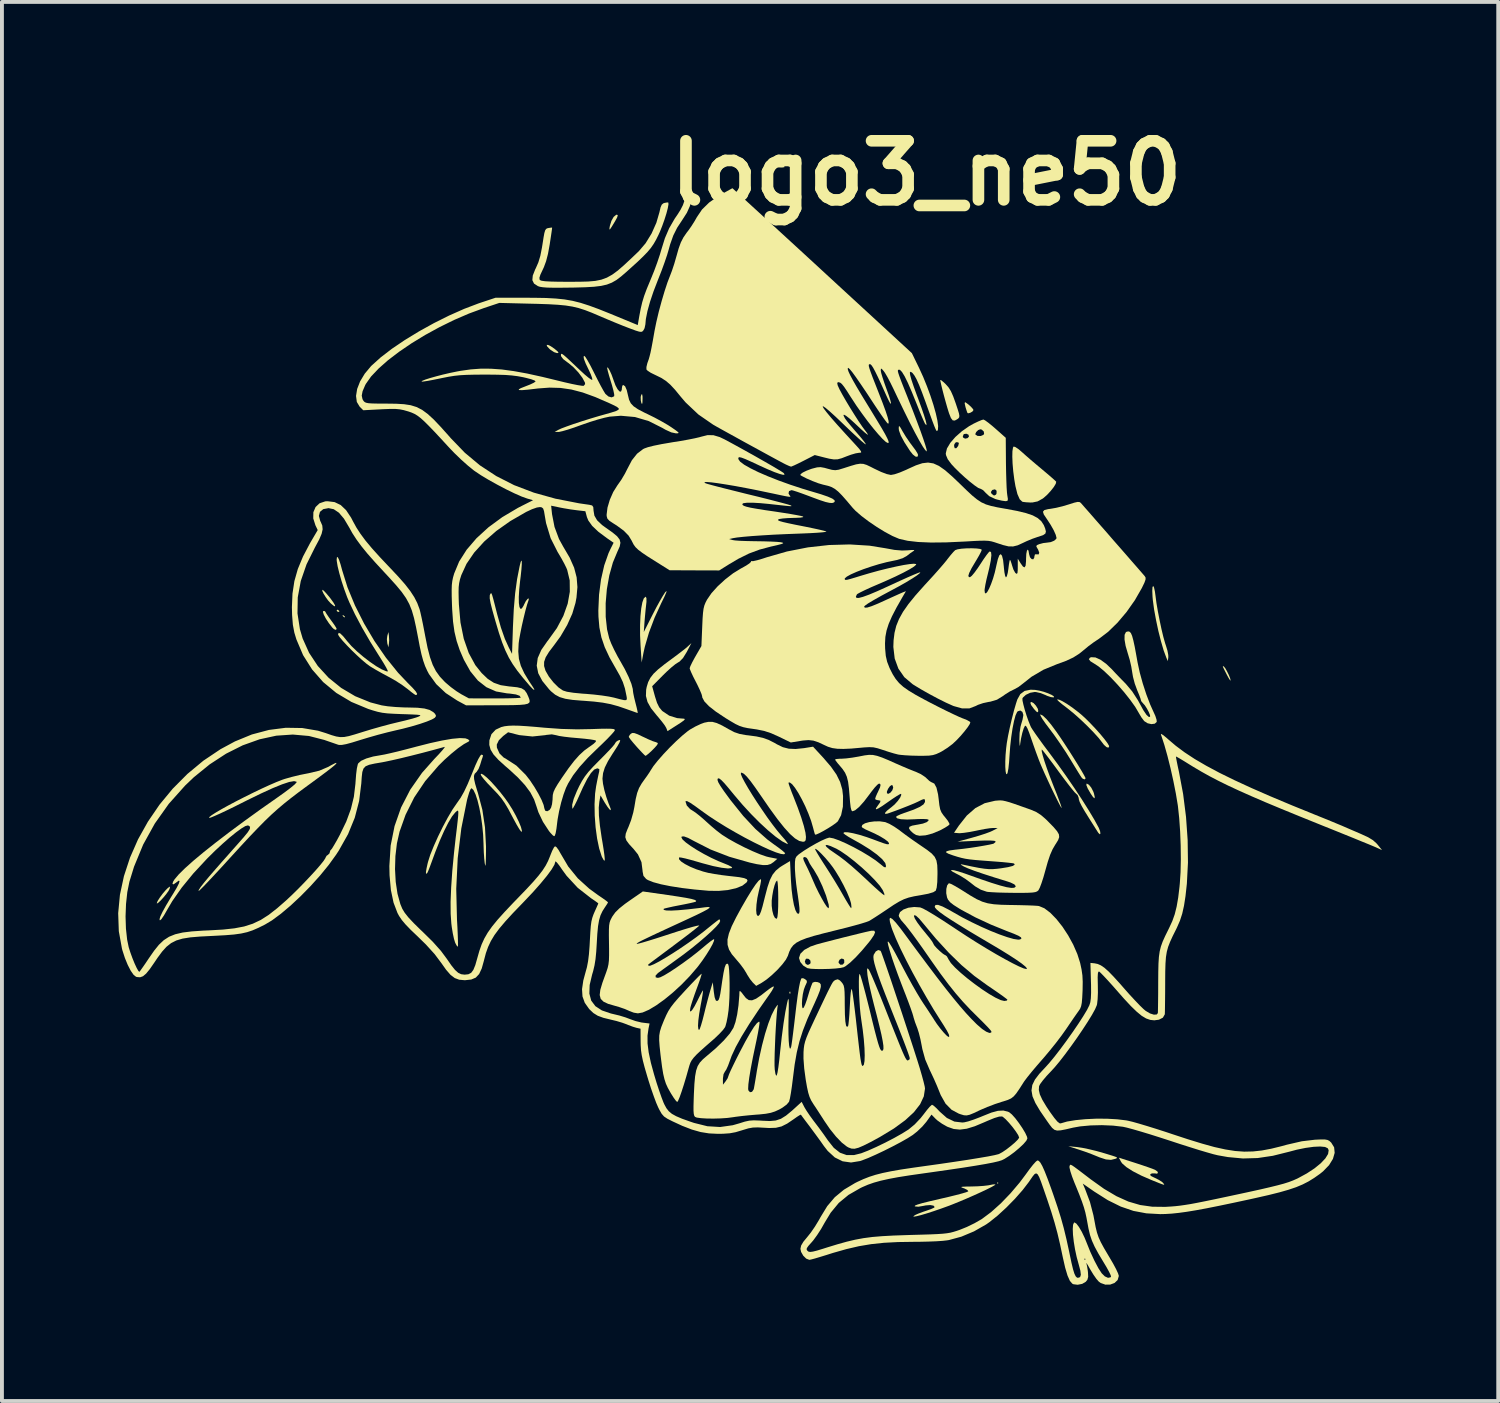
<source format=kicad_pcb>
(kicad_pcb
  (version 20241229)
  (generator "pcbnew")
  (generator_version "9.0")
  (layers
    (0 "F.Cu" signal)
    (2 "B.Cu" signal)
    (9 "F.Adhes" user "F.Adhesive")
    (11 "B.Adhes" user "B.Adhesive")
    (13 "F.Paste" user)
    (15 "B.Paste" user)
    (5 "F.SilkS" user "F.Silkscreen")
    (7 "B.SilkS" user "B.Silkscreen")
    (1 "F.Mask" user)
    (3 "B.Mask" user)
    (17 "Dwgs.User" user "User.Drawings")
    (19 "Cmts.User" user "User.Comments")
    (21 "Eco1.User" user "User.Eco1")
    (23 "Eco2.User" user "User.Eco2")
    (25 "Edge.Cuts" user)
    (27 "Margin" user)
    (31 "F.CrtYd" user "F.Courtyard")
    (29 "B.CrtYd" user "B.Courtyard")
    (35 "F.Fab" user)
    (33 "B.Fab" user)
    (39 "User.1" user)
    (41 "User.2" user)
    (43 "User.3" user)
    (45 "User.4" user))
  (footprint "logo3_ne50"
    (layer "F.Cu")
    (at 20.857 1.418)
    (property "Reference" "logo3_ne50" (at 0 0 0) (layer "F.SilkS") (effects (font (size 1.524 1.524) (thickness 0.3))))
    (attr board_only exclude_from_pos_files exclude_from_bom)
    (fp_poly (pts (xy 1.858 26.061) (xy 1.84 26.079) (xy 1.822 26.061) (xy 1.84 26.043)) (stroke (width 0) (type solid)) (fill yes) (layer "F.SilkS"))
    (fp_poly (pts (xy -3.513 21.125) (xy -3.509 21.167) (xy -3.513 21.173) (xy -3.534 21.168) (xy -3.537 21.149) (xy -3.524 21.119)) (stroke (width 0) (type solid)) (fill yes) (layer "F.SilkS"))
    (fp_poly (pts (xy -15.045 11.411) (xy -15.007 11.444) (xy -15.004 11.452) (xy -15.021 11.466) (xy -15.056 11.434) (xy -15.061 11.426) (xy -15.065 11.402)) (stroke (width 0) (type solid)) (fill yes) (layer "F.SilkS"))
    (fp_poly (pts (xy -15.183 11.271) (xy -15.149 11.303) (xy -15.147 11.309) (xy -15.175 11.324) (xy -15.183 11.325) (xy -15.217 11.297) (xy -15.219 11.287) (xy -15.197 11.265)) (stroke (width 0) (type solid)) (fill yes) (layer "F.SilkS"))
    (fp_poly (pts (xy -13.87 11.941) (xy -13.864 12.057) (xy -13.87 12.137) (xy -13.883 12.236) (xy -13.912 12.137) (xy -13.923 12.026) (xy -13.912 11.941) (xy -13.883 11.843)) (stroke (width 0) (type solid)) (fill yes) (layer "F.SilkS"))
    (fp_poly (pts (xy -7.326 5.76) (xy -7.325 5.814) (xy -7.328 5.921) (xy -7.338 5.961) (xy -7.355 5.933) (xy -7.37 5.868) (xy -7.373 5.776) (xy -7.357 5.716) (xy -7.337 5.704)) (stroke (width 0) (type solid)) (fill yes) (layer "F.SilkS"))
    (fp_poly (pts (xy -3.671 -0.185) (xy -3.659 -0.157) (xy -3.704 -0.146) (xy -3.753 -0.145) (xy -3.831 -0.149) (xy -3.844 -0.159) (xy -3.801 -0.184) (xy -3.795 -0.187) (xy -3.717 -0.208)) (stroke (width 0) (type solid)) (fill yes) (layer "F.SilkS"))
    (fp_poly (pts (xy 2.764 13.675) (xy 2.826 13.742) (xy 2.874 13.821) (xy 2.888 13.882) (xy 2.873 13.913) (xy 2.84 13.897) (xy 2.777 13.829) (xy 2.703 13.728) (xy 2.681 13.666) (xy 2.709 13.647)) (stroke (width 0) (type solid)) (fill yes) (layer "F.SilkS"))
    (fp_poly (pts (xy 4.195 15.785) (xy 4.256 15.861) (xy 4.308 15.963) (xy 4.323 16.006) (xy 4.345 16.103) (xy 4.337 16.134) (xy 4.3 16.101) (xy 4.242 16.017) (xy 4.164 15.882) (xy 4.128 15.793) (xy 4.133 15.756) (xy 4.14 15.754)) (stroke (width 0) (type solid)) (fill yes) (layer "F.SilkS"))
    (fp_poly (pts (xy -9.695 4.466) (xy -9.598 4.532) (xy -9.592 4.537) (xy -9.516 4.601) (xy -9.493 4.633) (xy -9.518 4.644) (xy -9.533 4.644) (xy -9.605 4.621) (xy -9.696 4.563) (xy -9.725 4.538) (xy -9.789 4.469) (xy -9.799 4.434) (xy -9.765 4.433)) (stroke (width 0) (type solid)) (fill yes) (layer "F.SilkS"))
    (fp_poly (pts (xy -7.964 1.089) (xy -7.983 1.148) (xy -8.042 1.255) (xy -8.045 1.259) (xy -8.118 1.38) (xy -8.161 1.444) (xy -8.179 1.456) (xy -8.179 1.421) (xy -8.168 1.359) (xy -8.128 1.23) (xy -8.071 1.13) (xy -8.007 1.076) (xy -7.984 1.072)) (stroke (width 0) (type solid)) (fill yes) (layer "F.SilkS"))
    (fp_poly (pts (xy 1.012 5.917) (xy 1.08 5.966) (xy 1.151 6.03) (xy 1.202 6.088) (xy 1.215 6.114) (xy 1.188 6.152) (xy 1.131 6.185) (xy 1.077 6.198) (xy 1.06 6.189) (xy 1.041 6.14) (xy 1.013 6.052) (xy 1.007 6.028) (xy 0.988 5.942) (xy 0.995 5.912)) (stroke (width 0) (type solid)) (fill yes) (layer "F.SilkS"))
    (fp_poly (pts (xy 7.661 12.724) (xy 7.679 12.735) (xy 7.713 12.777) (xy 7.758 12.856) (xy 7.804 12.95) (xy 7.838 13.036) (xy 7.851 13.09) (xy 7.849 13.097) (xy 7.828 13.075) (xy 7.786 13.006) (xy 7.751 12.94) (xy 7.69 12.82) (xy 7.657 12.752) (xy 7.649 12.724)) (stroke (width 0) (type solid)) (fill yes) (layer "F.SilkS"))
    (fp_poly (pts (xy -19.52 18.421) (xy -19.53 18.468) (xy -19.559 18.524) (xy -19.615 18.602) (xy -19.685 18.688) (xy -19.757 18.767) (xy -19.818 18.825) (xy -19.855 18.848) (xy -19.861 18.841) (xy -19.841 18.787) (xy -19.787 18.701) (xy -19.714 18.601) (xy -19.636 18.509) (xy -19.585 18.457) (xy -19.532 18.414)) (stroke (width 0) (type solid)) (fill yes) (layer "F.SilkS"))
    (fp_poly (pts (xy -15.548 10.779) (xy -15.483 10.849) (xy -15.4 10.948) (xy -15.385 10.967) (xy -15.302 11.082) (xy -15.26 11.155) (xy -15.262 11.181) (xy -15.306 11.158) (xy -15.373 11.101) (xy -15.437 11.031) (xy -15.501 10.943) (xy -15.555 10.856) (xy -15.588 10.787) (xy -15.589 10.754) (xy -15.584 10.753)) (stroke (width 0) (type solid)) (fill yes) (layer "F.SilkS"))
    (fp_poly (pts (xy -15.522 11.303) (xy -15.512 11.319) (xy -15.484 11.368) (xy -15.426 11.454) (xy -15.358 11.548) (xy -15.286 11.647) (xy -15.236 11.725) (xy -15.219 11.761) (xy -15.239 11.788) (xy -15.289 11.768) (xy -15.332 11.727) (xy -15.422 11.611) (xy -15.498 11.496) (xy -15.551 11.395) (xy -15.574 11.325) (xy -15.567 11.301)) (stroke (width 0) (type solid)) (fill yes) (layer "F.SilkS"))
    (fp_poly (pts (xy -0.665 6.573) (xy -0.61 6.671) (xy -0.527 6.807) (xy -0.425 6.956) (xy -0.361 7.042) (xy -0.285 7.144) (xy -0.232 7.228) (xy -0.214 7.275) (xy -0.233 7.321) (xy -0.282 7.314) (xy -0.35 7.26) (xy -0.421 7.172) (xy -0.566 6.947) (xy -0.661 6.771) (xy -0.708 6.64) (xy -0.714 6.588) (xy -0.711 6.536) (xy -0.697 6.529)) (stroke (width 0) (type solid)) (fill yes) (layer "F.SilkS"))
    (fp_poly (pts (xy 3.887 25.133) (xy 4.022 25.153) (xy 4.196 25.189) (xy 4.382 25.234) (xy 4.477 25.26) (xy 4.667 25.316) (xy 4.798 25.356) (xy 4.878 25.383) (xy 4.916 25.402) (xy 4.919 25.415) (xy 4.898 25.428) (xy 4.876 25.437) (xy 4.763 25.464) (xy 4.633 25.453) (xy 4.47 25.4) (xy 4.412 25.376) (xy 4.264 25.316) (xy 4.088 25.251) (xy 3.93 25.198) (xy 3.662 25.112)) (stroke (width 0) (type solid)) (fill yes) (layer "F.SilkS"))
    (fp_poly (pts (xy 0.38 5.343) (xy 0.438 5.39) (xy 0.496 5.444) (xy 0.57 5.527) (xy 0.632 5.626) (xy 0.691 5.759) (xy 0.755 5.936) (xy 0.808 6.095) (xy 0.84 6.2) (xy 0.851 6.265) (xy 0.845 6.304) (xy 0.823 6.331) (xy 0.806 6.344) (xy 0.734 6.385) (xy 0.679 6.38) (xy 0.633 6.32) (xy 0.585 6.199) (xy 0.576 6.171) (xy 0.539 6.051) (xy 0.497 5.903) (xy 0.453 5.743) (xy 0.413 5.588) (xy 0.381 5.457) (xy 0.361 5.366) (xy 0.357 5.337)) (stroke (width 0) (type solid)) (fill yes) (layer "F.SilkS"))
    (fp_poly (pts (xy 5.874 10.691) (xy 5.897 10.797) (xy 5.912 10.905) (xy 5.936 11.089) (xy 5.973 11.306) (xy 6.018 11.537) (xy 6.066 11.765) (xy 6.115 11.969) (xy 6.161 12.132) (xy 6.183 12.198) (xy 6.221 12.324) (xy 6.242 12.438) (xy 6.243 12.494) (xy 6.23 12.593) (xy 6.191 12.502) (xy 6.123 12.318) (xy 6.054 12.082) (xy 5.986 11.814) (xy 5.926 11.533) (xy 5.876 11.26) (xy 5.843 11.014) (xy 5.836 10.935) (xy 5.829 10.777) (xy 5.835 10.682) (xy 5.852 10.653)) (stroke (width 0) (type solid)) (fill yes) (layer "F.SilkS"))
    (fp_poly (pts (xy -7.533 14.451) (xy -7.448 14.482) (xy -7.318 14.544) (xy -7.302 14.551) (xy -7.173 14.612) (xy -7.064 14.658) (xy -6.994 14.681) (xy -6.984 14.683) (xy -6.936 14.704) (xy -6.931 14.723) (xy -6.954 14.763) (xy -7.014 14.831) (xy -7.092 14.91) (xy -7.17 14.981) (xy -7.23 15.028) (xy -7.252 15.037) (xy -7.282 15.01) (xy -7.348 14.943) (xy -7.437 14.847) (xy -7.475 14.805) (xy -7.568 14.698) (xy -7.64 14.61) (xy -7.677 14.555) (xy -7.681 14.545) (xy -7.656 14.498) (xy -7.625 14.466) (xy -7.587 14.447)) (stroke (width 0) (type solid)) (fill yes) (layer "F.SilkS"))
    (fp_poly (pts (xy -11.427 15.529) (xy -11.342 15.599) (xy -11.237 15.702) (xy -11.12 15.831) (xy -10.997 15.976) (xy -10.877 16.13) (xy -10.785 16.26) (xy -10.686 16.417) (xy -10.595 16.581) (xy -10.519 16.737) (xy -10.464 16.871) (xy -10.439 16.967) (xy -10.439 16.995) (xy -10.459 16.991) (xy -10.506 16.928) (xy -10.575 16.812) (xy -10.664 16.648) (xy -10.683 16.612) (xy -10.788 16.413) (xy -10.879 16.261) (xy -10.968 16.133) (xy -11.071 16.012) (xy -11.202 15.876) (xy -11.208 15.869) (xy -11.325 15.748) (xy -11.419 15.641) (xy -11.482 15.559) (xy -11.503 15.518) (xy -11.483 15.499)) (stroke (width 0) (type solid)) (fill yes) (layer "F.SilkS"))
    (fp_poly (pts (xy 3.419 13.586) (xy 3.507 13.626) (xy 3.627 13.697) (xy 3.766 13.792) (xy 3.913 13.904) (xy 3.991 13.968) (xy 4.108 14.074) (xy 4.237 14.203) (xy 4.368 14.342) (xy 4.491 14.48) (xy 4.596 14.607) (xy 4.673 14.71) (xy 4.713 14.778) (xy 4.716 14.792) (xy 4.697 14.827) (xy 4.648 14.812) (xy 4.583 14.754) (xy 4.537 14.694) (xy 4.444 14.575) (xy 4.31 14.427) (xy 4.148 14.262) (xy 3.973 14.095) (xy 3.799 13.94) (xy 3.641 13.812) (xy 3.616 13.793) (xy 3.504 13.707) (xy 3.42 13.637) (xy 3.376 13.593) (xy 3.373 13.584)) (stroke (width 0) (type solid)) (fill yes) (layer "F.SilkS"))
    (fp_poly (pts (xy 5.387 25.542) (xy 5.558 25.598) (xy 5.713 25.651) (xy 5.834 25.694) (xy 5.902 25.722) (xy 5.964 25.766) (xy 5.976 25.806) (xy 5.939 25.821) (xy 5.9 25.813) (xy 5.82 25.814) (xy 5.789 25.827) (xy 5.771 25.854) (xy 5.807 25.886) (xy 5.896 25.929) (xy 6.002 25.982) (xy 6.084 26.036) (xy 6.105 26.056) (xy 6.131 26.088) (xy 6.138 26.105) (xy 6.117 26.104) (xy 6.057 26.084) (xy 5.95 26.041) (xy 5.81 25.985) (xy 5.546 25.87) (xy 5.327 25.757) (xy 5.16 25.65) (xy 5.051 25.554) (xy 5.021 25.51) (xy 4.968 25.408)) (stroke (width 0) (type solid)) (fill yes) (layer "F.SilkS"))
    (fp_poly (pts (xy 3.004 13.999) (xy 3.098 14.088) (xy 3.219 14.232) (xy 3.362 14.426) (xy 3.462 14.571) (xy 3.576 14.743) (xy 3.694 14.925) (xy 3.808 15.105) (xy 3.913 15.274) (xy 4.001 15.42) (xy 4.067 15.534) (xy 4.103 15.603) (xy 4.108 15.619) (xy 4.086 15.646) (xy 4.038 15.63) (xy 4.009 15.603) (xy 3.978 15.557) (xy 3.918 15.462) (xy 3.838 15.331) (xy 3.745 15.178) (xy 3.723 15.141) (xy 3.596 14.938) (xy 3.445 14.712) (xy 3.292 14.493) (xy 3.182 14.346) (xy 3.072 14.2) (xy 2.991 14.083) (xy 2.945 14.003) (xy 2.938 13.969) (xy 2.941 13.968)) (stroke (width 0) (type solid)) (fill yes) (layer "F.SilkS"))
    (fp_poly (pts (xy -6.712 10.818) (xy -6.753 10.914) (xy -6.829 11.071) (xy -6.84 11.092) (xy -7.015 11.474) (xy -7.16 11.858) (xy -7.266 12.221) (xy -7.302 12.383) (xy -7.348 12.629) (xy -7.376 12.201) (xy -7.389 11.924) (xy -7.389 11.665) (xy -7.379 11.431) (xy -7.359 11.232) (xy -7.33 11.077) (xy -7.293 10.974) (xy -7.249 10.932) (xy -7.244 10.932) (xy -7.225 10.965) (xy -7.224 11.061) (xy -7.23 11.119) (xy -7.245 11.254) (xy -7.261 11.422) (xy -7.274 11.575) (xy -7.293 11.843) (xy -7.058 11.378) (xy -6.967 11.202) (xy -6.878 11.041) (xy -6.801 10.909) (xy -6.745 10.822) (xy -6.733 10.807) (xy -6.705 10.783)) (stroke (width 0) (type solid)) (fill yes) (layer "F.SilkS"))
    (fp_poly (pts (xy 2.293 7.067) (xy 2.369 7.117) (xy 2.456 7.19) (xy 2.551 7.275) (xy 2.684 7.391) (xy 2.836 7.52) (xy 2.983 7.643) (xy 3.117 7.756) (xy 3.23 7.853) (xy 3.311 7.925) (xy 3.349 7.962) (xy 3.35 7.965) (xy 3.338 8.017) (xy 3.287 8.101) (xy 3.209 8.2) (xy 3.119 8.298) (xy 3.028 8.379) (xy 3 8.4) (xy 2.868 8.472) (xy 2.738 8.499) (xy 2.683 8.5) (xy 2.574 8.494) (xy 2.492 8.484) (xy 2.473 8.478) (xy 2.408 8.416) (xy 2.349 8.283) (xy 2.298 8.079) (xy 2.268 7.904) (xy 2.241 7.694) (xy 2.224 7.495) (xy 2.217 7.318) (xy 2.22 7.177) (xy 2.234 7.085) (xy 2.25 7.056)) (stroke (width 0) (type solid)) (fill yes) (layer "F.SilkS"))
    (fp_poly (pts (xy -6.184 12.356) (xy -6.28 12.512) (xy -6.37 12.605) (xy -6.413 12.63) (xy -6.482 12.675) (xy -6.584 12.758) (xy -6.705 12.868) (xy -6.798 12.959) (xy -7.077 13.241) (xy -7.004 13.506) (xy -6.952 13.67) (xy -6.895 13.785) (xy -6.821 13.875) (xy -6.809 13.885) (xy -6.638 14) (xy -6.432 14.064) (xy -6.307 14.075) (xy -6.251 14.079) (xy -6.233 14.093) (xy -6.259 14.124) (xy -6.335 14.179) (xy -6.467 14.264) (xy -6.475 14.269) (xy -6.681 14.4) (xy -6.713 14.318) (xy -6.75 14.255) (xy -6.823 14.157) (xy -6.918 14.041) (xy -6.958 13.995) (xy -7.106 13.81) (xy -7.197 13.648) (xy -7.238 13.493) (xy -7.232 13.331) (xy -7.218 13.259) (xy -7.18 13.134) (xy -7.124 13.025) (xy -7.042 12.919) (xy -6.923 12.806) (xy -6.758 12.674) (xy -6.638 12.585) (xy -6.488 12.474) (xy -6.348 12.368) (xy -6.236 12.281) (xy -6.167 12.223) (xy -6.167 12.222) (xy -6.064 12.128)) (stroke (width 0) (type solid)) (fill yes) (layer "F.SilkS"))
    (fp_poly (pts (xy 1.782 26.098) (xy 1.759 26.12) (xy 1.682 26.164) (xy 1.561 26.225) (xy 1.406 26.298) (xy 1.23 26.378) (xy 1.043 26.46) (xy 0.856 26.539) (xy 0.681 26.61) (xy 0.589 26.646) (xy 0.379 26.722) (xy 0.181 26.79) (xy 0.005 26.847) (xy -0.142 26.89) (xy -0.254 26.918) (xy -0.322 26.929) (xy -0.338 26.921) (xy -0.296 26.891) (xy -0.286 26.885) (xy -0.202 26.848) (xy -0.081 26.803) (xy 0.009 26.773) (xy 0.117 26.735) (xy 0.192 26.701) (xy 0.214 26.682) (xy 0.183 26.645) (xy 0.1 26.63) (xy -0.016 26.639) (xy -0.083 26.652) (xy -0.206 26.673) (xy -0.291 26.666) (xy -0.301 26.661) (xy -0.295 26.644) (xy -0.23 26.617) (xy -0.104 26.58) (xy 0.088 26.532) (xy 0.348 26.472) (xy 0.359 26.469) (xy 0.575 26.419) (xy 0.765 26.372) (xy 0.92 26.331) (xy 1.028 26.299) (xy 1.08 26.277) (xy 1.082 26.274) (xy 1.057 26.241) (xy 0.985 26.204) (xy 0.965 26.197) (xy 0.911 26.177) (xy 0.899 26.164) (xy 0.935 26.157) (xy 1.028 26.153) (xy 1.161 26.151) (xy 1.325 26.146) (xy 1.48 26.135) (xy 1.599 26.121) (xy 1.624 26.116) (xy 1.717 26.098) (xy 1.775 26.096)) (stroke (width 0) (type solid)) (fill yes) (layer "F.SilkS"))
    (fp_poly (pts (xy -1.324 19.588) (xy -1.354 19.665) (xy -1.435 19.785) (xy -1.487 19.852) (xy -1.662 20.061) (xy -1.825 20.238) (xy -1.97 20.376) (xy -2.087 20.467) (xy -2.133 20.492) (xy -2.214 20.511) (xy -2.346 20.526) (xy -2.509 20.536) (xy -2.683 20.54) (xy -2.848 20.539) (xy -2.983 20.532) (xy -3.069 20.517) (xy -3.072 20.516) (xy -3.176 20.452) (xy -3.255 20.356) (xy -3.258 20.345) (xy -3.137 20.345) (xy -3.114 20.407) (xy -3.059 20.434) (xy -3.003 20.406) (xy -2.989 20.383) (xy -2.991 20.356) (xy -2.267 20.356) (xy -2.263 20.383) (xy -2.217 20.429) (xy -2.157 20.423) (xy -2.12 20.378) (xy -2.121 20.309) (xy -2.137 20.283) (xy -2.19 20.268) (xy -2.242 20.3) (xy -2.267 20.356) (xy -2.991 20.356) (xy -2.993 20.323) (xy -3.036 20.278) (xy -3.092 20.27) (xy -3.114 20.283) (xy -3.137 20.345) (xy -3.258 20.345) (xy -3.287 20.255) (xy -3.287 20.253) (xy -3.252 20.145) (xy -3.152 20.046) (xy -2.992 19.959) (xy -2.829 19.903) (xy -2.7 19.868) (xy -2.53 19.824) (xy -2.334 19.773) (xy -2.125 19.72) (xy -1.918 19.669) (xy -1.728 19.622) (xy -1.57 19.584) (xy -1.458 19.559) (xy -1.42 19.551) (xy -1.347 19.551)) (stroke (width 0) (type solid)) (fill yes) (layer "F.SilkS"))
    (fp_poly (pts (xy -15.19 9.912) (xy -15.159 9.975) (xy -15.119 10.094) (xy -15.077 10.248) (xy -14.939 10.69) (xy -14.748 11.153) (xy -14.513 11.62) (xy -14.243 12.076) (xy -13.947 12.505) (xy -13.635 12.892) (xy -13.391 13.15) (xy -13.257 13.285) (xy -13.175 13.379) (xy -13.142 13.438) (xy -13.156 13.465) (xy -13.18 13.468) (xy -13.216 13.447) (xy -13.291 13.392) (xy -13.389 13.313) (xy -13.397 13.307) (xy -13.526 13.211) (xy -13.688 13.106) (xy -13.852 13.012) (xy -13.879 12.998) (xy -14.039 12.912) (xy -14.203 12.82) (xy -14.34 12.738) (xy -14.361 12.725) (xy -14.452 12.658) (xy -14.568 12.56) (xy -14.698 12.441) (xy -14.832 12.312) (xy -14.957 12.184) (xy -15.064 12.068) (xy -15.142 11.974) (xy -15.18 11.914) (xy -15.182 11.905) (xy -15.168 11.863) (xy -15.123 11.881) (xy -15.045 11.958) (xy -14.951 12.074) (xy -14.838 12.204) (xy -14.693 12.343) (xy -14.53 12.482) (xy -14.361 12.612) (xy -14.198 12.724) (xy -14.054 12.807) (xy -13.941 12.854) (xy -13.899 12.861) (xy -13.904 12.833) (xy -13.943 12.756) (xy -14.009 12.642) (xy -14.097 12.501) (xy -14.124 12.459) (xy -14.355 12.089) (xy -14.565 11.727) (xy -14.746 11.385) (xy -14.891 11.078) (xy -14.948 10.943) (xy -15.023 10.738) (xy -15.093 10.526) (xy -15.151 10.323) (xy -15.194 10.146) (xy -15.216 10.012) (xy -15.219 9.972) (xy -15.211 9.909)) (stroke (width 0) (type solid)) (fill yes) (layer "F.SilkS"))
    (fp_poly (pts (xy -10.442 10.018) (xy -10.442 10.096) (xy -10.451 10.227) (xy -10.47 10.406) (xy -10.484 10.516) (xy -10.508 10.747) (xy -10.519 10.941) (xy -10.517 11.092) (xy -10.502 11.195) (xy -10.477 11.244) (xy -10.441 11.235) (xy -10.395 11.162) (xy -10.382 11.132) (xy -10.337 11.044) (xy -10.291 10.987) (xy -10.286 10.984) (xy -10.257 10.977) (xy -10.268 11.024) (xy -10.304 11.132) (xy -10.348 11.29) (xy -10.394 11.479) (xy -10.44 11.68) (xy -10.479 11.872) (xy -10.509 12.036) (xy -10.522 12.132) (xy -10.532 12.344) (xy -10.516 12.533) (xy -10.466 12.714) (xy -10.378 12.905) (xy -10.247 13.121) (xy -10.174 13.23) (xy -10.124 13.31) (xy -10.118 13.339) (xy -10.154 13.317) (xy -10.225 13.243) (xy -10.242 13.224) (xy -10.414 13.021) (xy -10.557 12.841) (xy -10.676 12.671) (xy -10.777 12.501) (xy -10.866 12.317) (xy -10.949 12.11) (xy -11.031 11.866) (xy -11.118 11.574) (xy -11.2 11.283) (xy -11.246 11.101) (xy -11.269 10.976) (xy -11.268 10.898) (xy -11.26 10.873) (xy -11.246 10.849) (xy -11.234 10.839) (xy -11.221 10.852) (xy -11.204 10.897) (xy -11.179 10.983) (xy -11.144 11.118) (xy -11.095 11.311) (xy -11.078 11.378) (xy -10.98 11.728) (xy -10.878 12.019) (xy -10.781 12.233) (xy -10.693 12.406) (xy -10.67 11.714) (xy -10.648 11.251) (xy -10.613 10.844) (xy -10.563 10.478) (xy -10.498 10.146) (xy -10.471 10.038) (xy -10.452 9.997)) (stroke (width 0) (type solid)) (fill yes) (layer "F.SilkS"))
    (fp_poly (pts (xy 5.245 11.835) (xy 5.278 11.871) (xy 5.309 11.943) (xy 5.34 12.057) (xy 5.376 12.222) (xy 5.417 12.445) (xy 5.45 12.629) (xy 5.505 12.884) (xy 5.583 13.167) (xy 5.675 13.45) (xy 5.774 13.71) (xy 5.856 13.892) (xy 5.909 14.009) (xy 5.94 14.107) (xy 5.944 14.163) (xy 5.893 14.208) (xy 5.806 14.219) (xy 5.709 14.197) (xy 5.625 14.144) (xy 5.619 14.138) (xy 5.552 14.05) (xy 5.488 13.943) (xy 5.482 13.932) (xy 5.389 13.774) (xy 5.258 13.591) (xy 5.102 13.394) (xy 4.931 13.198) (xy 4.757 13.013) (xy 4.59 12.853) (xy 4.442 12.73) (xy 4.341 12.664) (xy 4.232 12.596) (xy 4.192 12.543) (xy 4.221 12.504) (xy 4.255 12.492) (xy 4.361 12.498) (xy 4.492 12.557) (xy 4.639 12.663) (xy 4.779 12.797) (xy 4.895 12.921) (xy 5.031 13.062) (xy 5.147 13.18) (xy 5.311 13.375) (xy 5.461 13.607) (xy 5.494 13.668) (xy 5.597 13.857) (xy 5.679 13.979) (xy 5.74 14.034) (xy 5.773 14.03) (xy 5.771 13.989) (xy 5.74 13.91) (xy 5.691 13.818) (xy 5.637 13.734) (xy 5.593 13.685) (xy 5.547 13.631) (xy 5.537 13.604) (xy 5.524 13.556) (xy 5.489 13.462) (xy 5.439 13.342) (xy 5.435 13.331) (xy 5.377 13.173) (xy 5.332 13.002) (xy 5.311 12.879) (xy 5.287 12.733) (xy 5.247 12.559) (xy 5.199 12.399) (xy 5.141 12.2) (xy 5.113 12.036) (xy 5.115 11.914) (xy 5.148 11.846) (xy 5.163 11.837) (xy 5.207 11.826)) (stroke (width 0) (type solid)) (fill yes) (layer "F.SilkS"))
    (fp_poly (pts (xy -7.901 14.641) (xy -7.92 14.694) (xy -7.976 14.793) (xy -8.072 14.942) (xy -8.092 14.972) (xy -8.217 15.174) (xy -8.299 15.339) (xy -8.344 15.483) (xy -8.359 15.622) (xy -8.359 15.631) (xy -8.346 15.756) (xy -8.311 15.921) (xy -8.26 16.1) (xy -8.201 16.268) (xy -8.18 16.319) (xy -8.146 16.408) (xy -8.146 16.441) (xy -8.176 16.422) (xy -8.23 16.353) (xy -8.304 16.239) (xy -8.312 16.225) (xy -8.41 16.058) (xy -8.44 16.219) (xy -8.455 16.374) (xy -8.451 16.577) (xy -8.426 16.834) (xy -8.38 17.15) (xy -8.354 17.302) (xy -8.328 17.467) (xy -8.309 17.606) (xy -8.3 17.703) (xy -8.302 17.745) (xy -8.302 17.745) (xy -8.327 17.729) (xy -8.364 17.664) (xy -8.38 17.63) (xy -8.445 17.426) (xy -8.498 17.171) (xy -8.537 16.883) (xy -8.559 16.581) (xy -8.564 16.285) (xy -8.55 16.013) (xy -8.524 15.826) (xy -8.495 15.677) (xy -8.468 15.547) (xy -8.448 15.458) (xy -8.444 15.442) (xy -8.44 15.381) (xy -8.484 15.362) (xy -8.498 15.361) (xy -8.572 15.391) (xy -8.657 15.482) (xy -8.754 15.635) (xy -8.865 15.854) (xy -8.95 16.044) (xy -9.017 16.193) (xy -9.075 16.309) (xy -9.117 16.383) (xy -9.138 16.403) (xy -9.138 16.401) (xy -9.141 16.301) (xy -9.102 16.148) (xy -9.021 15.949) (xy -8.959 15.818) (xy -8.888 15.686) (xy -8.814 15.57) (xy -8.723 15.453) (xy -8.604 15.322) (xy -8.445 15.16) (xy -8.424 15.139) (xy -8.29 15.004) (xy -8.176 14.885) (xy -8.091 14.792) (xy -8.044 14.734) (xy -8.038 14.721) (xy -8.01 14.678) (xy -7.967 14.647) (xy -7.917 14.627)) (stroke (width 0) (type solid)) (fill yes) (layer "F.SilkS"))
    (fp_poly (pts (xy -6.66 0.759) (xy -6.656 0.806) (xy -6.674 0.905) (xy -6.709 1.04) (xy -6.758 1.196) (xy -6.816 1.359) (xy -6.877 1.512) (xy -6.915 1.595) (xy -6.977 1.72) (xy -7.04 1.829) (xy -7.11 1.93) (xy -7.197 2.034) (xy -7.309 2.15) (xy -7.454 2.289) (xy -7.642 2.459) (xy -7.743 2.55) (xy -7.879 2.667) (xy -7.999 2.758) (xy -8.118 2.826) (xy -8.246 2.876) (xy -8.395 2.91) (xy -8.578 2.932) (xy -8.805 2.945) (xy -9.09 2.953) (xy -9.163 2.954) (xy -9.43 2.957) (xy -9.634 2.957) (xy -9.786 2.954) (xy -9.897 2.945) (xy -9.974 2.933) (xy -10.028 2.915) (xy -10.028 2.914) (xy -10.126 2.85) (xy -10.169 2.762) (xy -10.158 2.643) (xy -10.096 2.485) (xy -10.079 2.452) (xy -10.014 2.303) (xy -9.963 2.134) (xy -9.921 1.921) (xy -9.907 1.834) (xy -9.88 1.661) (xy -9.859 1.546) (xy -9.838 1.476) (xy -9.813 1.439) (xy -9.779 1.422) (xy -9.755 1.417) (xy -9.686 1.406) (xy -9.659 1.405) (xy -9.662 1.441) (xy -9.675 1.533) (xy -9.695 1.668) (xy -9.72 1.832) (xy -9.721 1.84) (xy -9.765 2.082) (xy -9.814 2.272) (xy -9.872 2.429) (xy -9.902 2.493) (xy -9.961 2.619) (xy -9.987 2.699) (xy -9.982 2.747) (xy -9.971 2.761) (xy -9.93 2.777) (xy -9.839 2.79) (xy -9.693 2.798) (xy -9.487 2.803) (xy -9.224 2.804) (xy -8.952 2.803) (xy -8.729 2.797) (xy -8.545 2.781) (xy -8.388 2.749) (xy -8.246 2.697) (xy -8.108 2.62) (xy -7.961 2.512) (xy -7.796 2.368) (xy -7.599 2.184) (xy -7.421 2.014) (xy -7.247 1.81) (xy -7.092 1.558) (xy -6.969 1.282) (xy -6.89 1.011) (xy -6.861 0.886) (xy -6.83 0.814) (xy -6.789 0.779) (xy -6.759 0.769) (xy -6.689 0.756)) (stroke (width 0) (type solid)) (fill yes) (layer "F.SilkS"))
    (fp_poly (pts (xy 1.517 6.382) (xy 1.601 6.443) (xy 1.709 6.531) (xy 1.783 6.595) (xy 2.048 6.83) (xy 2.053 7.497) (xy 2.057 7.719) (xy 2.063 7.928) (xy 2.07 8.107) (xy 2.079 8.243) (xy 2.088 8.315) (xy 2.103 8.409) (xy 2.096 8.453) (xy 2.059 8.464) (xy 2.032 8.464) (xy 1.947 8.452) (xy 1.831 8.425) (xy 1.778 8.41) (xy 1.623 8.337) (xy 1.53 8.251) (xy 1.51 8.23) (xy 1.663 8.23) (xy 1.683 8.275) (xy 1.745 8.321) (xy 1.795 8.297) (xy 1.81 8.268) (xy 1.812 8.197) (xy 1.77 8.16) (xy 1.707 8.174) (xy 1.698 8.18) (xy 1.663 8.23) (xy 1.51 8.23) (xy 1.463 8.181) (xy 1.4 8.146) (xy 1.392 8.145) (xy 1.336 8.122) (xy 1.243 8.058) (xy 1.123 7.964) (xy 0.991 7.851) (xy 0.858 7.729) (xy 0.736 7.609) (xy 0.65 7.516) (xy 0.551 7.384) (xy 0.506 7.277) (xy 0.5 7.231) (xy 0.531 7.104) (xy 0.57 7.04) (xy 0.714 7.04) (xy 0.731 7.099) (xy 0.772 7.099) (xy 0.82 7.04) (xy 0.838 6.97) (xy 0.822 6.948) (xy 0.762 6.943) (xy 0.722 6.993) (xy 0.714 7.04) (xy 0.57 7.04) (xy 0.617 6.96) (xy 0.748 6.809) (xy 0.757 6.801) (xy 0.939 6.801) (xy 0.946 6.822) (xy 0.998 6.852) (xy 1.063 6.838) (xy 1.099 6.797) (xy 1.086 6.75) (xy 1.05 6.733) (xy 1.262 6.733) (xy 1.265 6.746) (xy 1.321 6.782) (xy 1.402 6.784) (xy 1.47 6.755) (xy 1.489 6.73) (xy 1.481 6.668) (xy 1.429 6.619) (xy 1.391 6.61) (xy 1.336 6.631) (xy 1.285 6.681) (xy 1.262 6.733) (xy 1.05 6.733) (xy 1.034 6.725) (xy 0.974 6.732) (xy 0.958 6.744) (xy 0.939 6.801) (xy 0.757 6.801) (xy 0.914 6.662) (xy 1.104 6.529) (xy 1.223 6.463) (xy 1.336 6.409) (xy 1.427 6.371) (xy 1.473 6.359)) (stroke (width 0) (type solid)) (fill yes) (layer "F.SilkS"))
    (fp_poly (pts (xy 0.181 7.491) (xy 0.324 7.556) (xy 0.481 7.666) (xy 0.664 7.826) (xy 0.847 8) (xy 1.032 8.18) (xy 1.18 8.318) (xy 1.305 8.42) (xy 1.419 8.495) (xy 1.536 8.549) (xy 1.67 8.589) (xy 1.834 8.625) (xy 2.042 8.662) (xy 2.052 8.663) (xy 2.342 8.718) (xy 2.57 8.773) (xy 2.744 8.832) (xy 2.872 8.901) (xy 2.965 8.983) (xy 3.03 9.083) (xy 3.065 9.17) (xy 3.084 9.248) (xy 3.07 9.302) (xy 3.012 9.342) (xy 2.898 9.381) (xy 2.858 9.393) (xy 2.735 9.436) (xy 2.588 9.497) (xy 2.493 9.542) (xy 2.355 9.605) (xy 2.238 9.634) (xy 2.119 9.632) (xy 1.975 9.597) (xy 1.847 9.555) (xy 1.757 9.525) (xy 1.68 9.503) (xy 1.603 9.49) (xy 1.511 9.485) (xy 1.391 9.486) (xy 1.229 9.493) (xy 1.011 9.506) (xy 0.971 9.508) (xy 0.51 9.529) (xy 0.116 9.533) (xy -0.214 9.519) (xy -0.483 9.488) (xy -0.694 9.44) (xy -0.714 9.433) (xy -0.876 9.364) (xy -1.07 9.26) (xy -1.279 9.132) (xy -1.486 8.991) (xy -1.674 8.849) (xy -1.826 8.718) (xy -1.901 8.639) (xy -2.057 8.454) (xy -2.179 8.316) (xy -2.277 8.217) (xy -2.362 8.149) (xy -2.443 8.103) (xy -2.533 8.071) (xy -2.64 8.045) (xy -2.667 8.039) (xy -2.787 8.004) (xy -2.939 7.946) (xy -3.093 7.879) (xy -3.219 7.814) (xy -3.251 7.794) (xy -3.246 7.767) (xy -3.188 7.725) (xy -3.093 7.679) (xy -2.975 7.634) (xy -2.938 7.623) (xy -2.821 7.593) (xy -2.731 7.587) (xy -2.63 7.605) (xy -2.551 7.627) (xy -2.437 7.657) (xy -2.353 7.666) (xy -2.266 7.654) (xy -2.147 7.618) (xy -2.131 7.613) (xy -1.947 7.554) (xy -1.813 7.515) (xy -1.712 7.499) (xy -1.628 7.503) (xy -1.542 7.53) (xy -1.437 7.58) (xy -1.339 7.63) (xy -1.168 7.711) (xy -1.023 7.766) (xy -0.92 7.788) (xy -0.912 7.788) (xy -0.821 7.771) (xy -0.685 7.725) (xy -0.522 7.656) (xy -0.461 7.627) (xy -0.268 7.54) (xy -0.104 7.486) (xy 0.042 7.469)) (stroke (width 0) (type solid)) (fill yes) (layer "F.SilkS"))
    (fp_poly (pts (xy -11.442 15.024) (xy -11.451 15.067) (xy -11.477 15.141) (xy -11.509 15.246) (xy -11.517 15.272) (xy -11.557 15.375) (xy -11.607 15.451) (xy -11.619 15.462) (xy -11.658 15.502) (xy -11.676 15.557) (xy -11.672 15.639) (xy -11.645 15.76) (xy -11.594 15.932) (xy -11.573 15.998) (xy -11.459 16.43) (xy -11.391 16.883) (xy -11.365 17.374) (xy -11.365 17.505) (xy -11.368 17.691) (xy -11.372 17.811) (xy -11.378 17.868) (xy -11.386 17.866) (xy -11.397 17.812) (xy -11.398 17.809) (xy -11.411 17.688) (xy -11.422 17.525) (xy -11.428 17.352) (xy -11.429 17.308) (xy -11.439 17.076) (xy -11.462 16.836) (xy -11.495 16.6) (xy -11.537 16.379) (xy -11.585 16.184) (xy -11.637 16.027) (xy -11.689 15.919) (xy -11.738 15.872) (xy -11.764 15.899) (xy -11.799 15.983) (xy -11.838 16.113) (xy -11.854 16.173) (xy -12.002 16.909) (xy -12.095 17.679) (xy -12.133 18.469) (xy -12.114 19.26) (xy -12.102 19.473) (xy -12.094 19.662) (xy -12.089 19.813) (xy -12.088 19.917) (xy -12.091 19.962) (xy -12.091 19.963) (xy -12.115 19.945) (xy -12.151 19.88) (xy -12.164 19.851) (xy -12.192 19.758) (xy -12.222 19.618) (xy -12.249 19.453) (xy -12.26 19.362) (xy -12.277 19.115) (xy -12.279 18.804) (xy -12.264 18.434) (xy -12.235 18.009) (xy -12.19 17.536) (xy -12.147 17.148) (xy -12.117 16.9) (xy -12.096 16.715) (xy -12.083 16.585) (xy -12.079 16.503) (xy -12.083 16.461) (xy -12.097 16.45) (xy -12.12 16.464) (xy -12.153 16.494) (xy -12.163 16.503) (xy -12.244 16.604) (xy -12.34 16.765) (xy -12.446 16.976) (xy -12.558 17.228) (xy -12.671 17.513) (xy -12.701 17.594) (xy -12.772 17.788) (xy -12.822 17.923) (xy -12.857 18.011) (xy -12.88 18.059) (xy -12.896 18.078) (xy -12.908 18.076) (xy -12.914 18.071) (xy -12.914 18.03) (xy -12.899 17.938) (xy -12.871 17.812) (xy -12.86 17.77) (xy -12.803 17.59) (xy -12.714 17.369) (xy -12.604 17.123) (xy -12.481 16.872) (xy -12.353 16.633) (xy -12.229 16.423) (xy -12.119 16.262) (xy -12.114 16.255) (xy -12.019 16.119) (xy -11.929 15.959) (xy -11.836 15.761) (xy -11.733 15.513) (xy -11.64 15.285) (xy -11.566 15.125) (xy -11.512 15.032) (xy -11.478 15.004)) (stroke (width 0) (type solid)) (fill yes) (layer "F.SilkS"))
    (fp_poly (pts (xy -10.515 14.26) (xy -10.318 14.272) (xy -10.068 14.292) (xy -9.853 14.312) (xy -9.422 14.343) (xy -9.016 14.354) (xy -8.636 14.347) (xy -8.412 14.339) (xy -8.249 14.337) (xy -8.14 14.339) (xy -8.074 14.346) (xy -8.044 14.36) (xy -8.038 14.374) (xy -8.063 14.414) (xy -8.132 14.492) (xy -8.236 14.601) (xy -8.367 14.73) (xy -8.468 14.826) (xy -8.737 15.088) (xy -8.95 15.323) (xy -9.117 15.54) (xy -9.244 15.747) (xy -9.302 15.866) (xy -9.364 16.034) (xy -9.426 16.243) (xy -9.479 16.467) (xy -9.517 16.676) (xy -9.525 16.737) (xy -9.547 16.918) (xy -9.568 17.035) (xy -9.589 17.097) (xy -9.607 17.112) (xy -9.645 17.086) (xy -9.706 17.02) (xy -9.74 16.978) (xy -9.895 16.741) (xy -10.013 16.493) (xy -10.059 16.352) (xy -10.124 16.163) (xy -10.221 15.98) (xy -10.358 15.795) (xy -10.54 15.598) (xy -10.776 15.38) (xy -10.864 15.305) (xy -11.045 15.141) (xy -11.171 15.002) (xy -11.247 14.877) (xy -11.28 14.756) (xy -11.28 14.746) (xy -11.087 14.746) (xy -11.084 14.826) (xy -11.017 14.975) (xy -10.912 15.079) (xy -10.843 15.119) (xy -10.58 15.29) (xy -10.341 15.527) (xy -10.234 15.664) (xy -10.117 15.839) (xy -10.014 16.014) (xy -9.931 16.175) (xy -9.878 16.306) (xy -9.86 16.389) (xy -9.838 16.453) (xy -9.786 16.468) (xy -9.726 16.435) (xy -9.687 16.378) (xy -9.661 16.285) (xy -9.647 16.163) (xy -9.646 16.123) (xy -9.641 16.044) (xy -9.622 15.969) (xy -9.582 15.882) (xy -9.515 15.768) (xy -9.412 15.612) (xy -9.406 15.603) (xy -9.236 15.359) (xy -9.09 15.168) (xy -8.957 15.019) (xy -8.829 14.901) (xy -8.696 14.804) (xy -8.687 14.799) (xy -8.59 14.729) (xy -8.533 14.674) (xy -8.526 14.645) (xy -8.572 14.63) (xy -8.674 14.613) (xy -8.819 14.596) (xy -8.99 14.58) (xy -9.003 14.579) (xy -9.185 14.563) (xy -9.349 14.544) (xy -9.478 14.524) (xy -9.554 14.505) (xy -9.667 14.483) (xy -9.812 14.498) (xy -9.832 14.503) (xy -10.166 14.538) (xy -10.502 14.503) (xy -10.581 14.484) (xy -10.795 14.429) (xy -10.92 14.524) (xy -11.033 14.635) (xy -11.087 14.746) (xy -11.28 14.746) (xy -11.278 14.638) (xy -11.225 14.479) (xy -11.115 14.362) (xy -10.971 14.295) (xy -10.886 14.274) (xy -10.789 14.262) (xy -10.668 14.257)) (stroke (width 0) (type solid)) (fill yes) (layer "F.SilkS"))
    (fp_poly (pts (xy -5.118 20.413) (xy -5.102 20.464) (xy -5.091 20.571) (xy -5.083 20.722) (xy -5.079 20.901) (xy -5.079 21.094) (xy -5.084 21.288) (xy -5.094 21.467) (xy -5.106 21.605) (xy -5.129 21.765) (xy -5.157 21.909) (xy -5.186 22.014) (xy -5.198 22.042) (xy -5.249 22.112) (xy -5.339 22.209) (xy -5.451 22.317) (xy -5.49 22.352) (xy -5.682 22.519) (xy -5.827 22.648) (xy -5.933 22.748) (xy -6.007 22.828) (xy -6.057 22.895) (xy -6.091 22.958) (xy -6.115 23.026) (xy -6.129 23.074) (xy -6.195 23.309) (xy -6.259 23.522) (xy -6.318 23.704) (xy -6.368 23.846) (xy -6.407 23.938) (xy -6.43 23.971) (xy -6.462 23.942) (xy -6.518 23.866) (xy -6.588 23.756) (xy -6.609 23.72) (xy -6.673 23.606) (xy -6.722 23.498) (xy -6.76 23.382) (xy -6.792 23.245) (xy -6.821 23.07) (xy -6.85 22.845) (xy -6.863 22.739) (xy -6.885 22.532) (xy -6.896 22.378) (xy -6.894 22.256) (xy -6.876 22.148) (xy -6.841 22.034) (xy -6.786 21.896) (xy -6.768 21.852) (xy -6.713 21.728) (xy -6.659 21.623) (xy -6.594 21.522) (xy -6.51 21.413) (xy -6.397 21.282) (xy -6.244 21.115) (xy -6.224 21.093) (xy -6.088 20.947) (xy -5.969 20.823) (xy -5.877 20.729) (xy -5.817 20.672) (xy -5.8 20.66) (xy -5.807 20.696) (xy -5.834 20.785) (xy -5.879 20.913) (xy -5.927 21.044) (xy -5.987 21.21) (xy -6.039 21.363) (xy -6.077 21.484) (xy -6.092 21.541) (xy -6.101 21.62) (xy -6.084 21.637) (xy -6.044 21.596) (xy -5.983 21.499) (xy -5.906 21.351) (xy -5.896 21.33) (xy -5.838 21.214) (xy -5.792 21.129) (xy -5.766 21.09) (xy -5.764 21.089) (xy -5.766 21.126) (xy -5.779 21.219) (xy -5.802 21.351) (xy -5.824 21.465) (xy -5.862 21.686) (xy -5.886 21.869) (xy -5.894 22.007) (xy -5.885 22.091) (xy -5.866 22.113) (xy -5.847 22.081) (xy -5.816 21.992) (xy -5.778 21.861) (xy -5.738 21.705) (xy -5.692 21.518) (xy -5.644 21.333) (xy -5.601 21.175) (xy -5.576 21.089) (xy -5.513 20.881) (xy -5.487 21.122) (xy -5.465 21.267) (xy -5.437 21.346) (xy -5.412 21.363) (xy -5.383 21.357) (xy -5.36 21.331) (xy -5.34 21.276) (xy -5.319 21.18) (xy -5.296 21.033) (xy -5.269 20.846) (xy -5.236 20.64) (xy -5.206 20.501) (xy -5.176 20.422) (xy -5.143 20.399)) (stroke (width 0) (type solid)) (fill yes) (layer "F.SilkS"))
    (fp_poly (pts (xy -15.223 15.225) (xy -15.238 15.248) (xy -15.285 15.292) (xy -15.368 15.359) (xy -15.493 15.455) (xy -15.664 15.583) (xy -15.887 15.747) (xy -15.978 15.813) (xy -16.199 15.976) (xy -16.393 16.124) (xy -16.57 16.265) (xy -16.737 16.406) (xy -16.902 16.554) (xy -17.073 16.718) (xy -17.256 16.904) (xy -17.462 17.119) (xy -17.696 17.371) (xy -17.967 17.667) (xy -18.056 17.765) (xy -18.236 17.962) (xy -18.4 18.138) (xy -18.542 18.29) (xy -18.656 18.409) (xy -18.737 18.489) (xy -18.778 18.525) (xy -18.782 18.526) (xy -18.776 18.495) (xy -18.731 18.426) (xy -18.646 18.316) (xy -18.518 18.162) (xy -18.344 17.961) (xy -18.184 17.778) (xy -18.036 17.612) (xy -17.889 17.445) (xy -17.754 17.293) (xy -17.648 17.172) (xy -17.619 17.14) (xy -17.514 17.011) (xy -17.459 16.923) (xy -17.454 16.867) (xy -17.495 16.837) (xy -17.512 16.833) (xy -17.575 16.85) (xy -17.68 16.913) (xy -17.818 17.014) (xy -17.982 17.147) (xy -18.164 17.307) (xy -18.357 17.486) (xy -18.551 17.678) (xy -18.562 17.689) (xy -18.92 18.075) (xy -19.218 18.439) (xy -19.46 18.785) (xy -19.583 18.994) (xy -19.676 19.156) (xy -19.742 19.253) (xy -19.78 19.284) (xy -19.791 19.256) (xy -19.771 19.186) (xy -19.714 19.065) (xy -19.622 18.899) (xy -19.5 18.695) (xy -19.443 18.603) (xy -19.348 18.444) (xy -19.291 18.332) (xy -19.273 18.269) (xy -19.294 18.258) (xy -19.356 18.303) (xy -19.363 18.309) (xy -19.428 18.354) (xy -19.456 18.344) (xy -19.442 18.289) (xy -19.403 18.226) (xy -19.296 18.099) (xy -19.133 17.938) (xy -18.917 17.745) (xy -18.652 17.524) (xy -18.341 17.277) (xy -17.99 17.008) (xy -17.601 16.72) (xy -17.179 16.415) (xy -16.798 16.148) (xy -16.573 15.988) (xy -16.407 15.863) (xy -16.3 15.774) (xy -16.252 15.72) (xy -16.252 15.707) (xy -16.318 15.69) (xy -16.444 15.712) (xy -16.628 15.773) (xy -16.871 15.872) (xy -17.173 16.01) (xy -17.533 16.186) (xy -17.617 16.228) (xy -17.844 16.342) (xy -18.051 16.443) (xy -18.231 16.528) (xy -18.373 16.591) (xy -18.468 16.63) (xy -18.509 16.64) (xy -18.505 16.617) (xy -18.444 16.569) (xy -18.335 16.499) (xy -18.188 16.413) (xy -18.009 16.314) (xy -17.809 16.208) (xy -17.595 16.099) (xy -17.376 15.99) (xy -17.161 15.887) (xy -16.958 15.794) (xy -16.776 15.715) (xy -16.623 15.655) (xy -16.558 15.633) (xy -16.378 15.582) (xy -16.169 15.531) (xy -15.974 15.492) (xy -15.956 15.489) (xy -15.668 15.421) (xy -15.447 15.327) (xy -15.343 15.27) (xy -15.266 15.231) (xy -15.235 15.219)) (stroke (width 0) (type solid)) (fill yes) (layer "F.SilkS"))
    (fp_poly (pts (xy 1.971 16.192) (xy 2.045 16.208) (xy 2.143 16.235) (xy 2.275 16.279) (xy 2.451 16.341) (xy 2.683 16.423) (xy 2.702 16.43) (xy 2.838 16.489) (xy 2.959 16.567) (xy 3.089 16.68) (xy 3.146 16.737) (xy 3.283 16.877) (xy 3.372 16.982) (xy 3.419 17.063) (xy 3.427 17.135) (xy 3.4 17.211) (xy 3.343 17.304) (xy 3.326 17.329) (xy 3.256 17.449) (xy 3.193 17.592) (xy 3.132 17.774) (xy 3.072 17.987) (xy 3.021 18.168) (xy 2.97 18.325) (xy 2.925 18.443) (xy 2.89 18.509) (xy 2.887 18.512) (xy 2.855 18.537) (xy 2.81 18.554) (xy 2.74 18.565) (xy 2.632 18.571) (xy 2.478 18.574) (xy 2.264 18.573) (xy 2.242 18.573) (xy 2.037 18.57) (xy 1.85 18.565) (xy 1.695 18.557) (xy 1.588 18.549) (xy 1.554 18.543) (xy 1.405 18.492) (xy 1.259 18.406) (xy 1.127 18.302) (xy 1.011 18.217) (xy 0.869 18.129) (xy 0.787 18.086) (xy 0.68 18.03) (xy 0.636 17.995) (xy 0.65 17.983) (xy 0.717 17.991) (xy 0.831 18.022) (xy 0.988 18.073) (xy 1.055 18.097) (xy 1.397 18.219) (xy 1.677 18.314) (xy 1.9 18.383) (xy 2.07 18.427) (xy 2.19 18.446) (xy 2.266 18.442) (xy 2.301 18.416) (xy 2.304 18.398) (xy 2.27 18.354) (xy 2.17 18.306) (xy 2.09 18.279) (xy 1.753 18.175) (xy 1.468 18.083) (xy 1.24 18.005) (xy 1.071 17.941) (xy 0.968 17.894) (xy 0.967 17.894) (xy 0.896 17.851) (xy 0.887 17.836) (xy 0.929 17.842) (xy 1.167 17.892) (xy 1.35 17.928) (xy 1.493 17.95) (xy 1.61 17.961) (xy 1.716 17.961) (xy 1.826 17.952) (xy 1.923 17.94) (xy 2.108 17.91) (xy 2.228 17.879) (xy 2.279 17.847) (xy 2.262 17.816) (xy 2.218 17.807) (xy 2.115 17.795) (xy 1.967 17.78) (xy 1.787 17.766) (xy 1.679 17.758) (xy 1.44 17.74) (xy 1.258 17.725) (xy 1.117 17.71) (xy 1.005 17.693) (xy 0.905 17.671) (xy 0.803 17.643) (xy 0.685 17.606) (xy 0.683 17.605) (xy 0.564 17.562) (xy 0.508 17.529) (xy 0.517 17.502) (xy 0.593 17.48) (xy 0.738 17.46) (xy 0.804 17.453) (xy 0.954 17.436) (xy 1.128 17.413) (xy 1.308 17.386) (xy 1.477 17.357) (xy 1.618 17.331) (xy 1.712 17.31) (xy 1.733 17.304) (xy 1.78 17.266) (xy 1.786 17.246) (xy 1.752 17.23) (xy 1.649 17.223) (xy 1.476 17.224) (xy 1.295 17.23) (xy 0.804 17.252) (xy 1.185 17.148) (xy 1.357 17.098) (xy 1.518 17.046) (xy 1.645 16.999) (xy 1.703 16.973) (xy 1.84 16.901) (xy 1.723 16.899) (xy 1.636 16.906) (xy 1.503 16.926) (xy 1.347 16.956) (xy 1.278 16.971) (xy 1.119 17.002) (xy 0.973 17.024) (xy 0.862 17.034) (xy 0.832 17.033) (xy 0.713 17.023) (xy 0.839 16.836) (xy 1.044 16.577) (xy 1.265 16.385) (xy 1.504 16.26) (xy 1.765 16.198) (xy 1.777 16.196) (xy 1.848 16.19) (xy 1.909 16.187)) (stroke (width 0) (type solid)) (fill yes) (layer "F.SilkS"))
    (fp_poly (pts (xy 2.808 13.336) (xy 2.916 13.355) (xy 3.033 13.386) (xy 3.143 13.425) (xy 3.233 13.465) (xy 3.287 13.5) (xy 3.292 13.525) (xy 3.28 13.529) (xy 3.214 13.522) (xy 3.116 13.489) (xy 3.069 13.467) (xy 2.95 13.419) (xy 2.831 13.392) (xy 2.798 13.389) (xy 2.678 13.41) (xy 2.567 13.463) (xy 2.491 13.533) (xy 2.478 13.556) (xy 2.48 13.612) (xy 2.503 13.716) (xy 2.539 13.851) (xy 2.585 13.999) (xy 2.635 14.142) (xy 2.683 14.261) (xy 2.701 14.3) (xy 2.741 14.364) (xy 2.816 14.474) (xy 2.919 14.618) (xy 3.041 14.786) (xy 3.176 14.965) (xy 3.178 14.968) (xy 3.391 15.256) (xy 3.606 15.559) (xy 3.816 15.865) (xy 4.012 16.162) (xy 4.187 16.44) (xy 4.333 16.684) (xy 4.443 16.886) (xy 4.446 16.891) (xy 4.482 16.981) (xy 4.491 17.042) (xy 4.476 17.062) (xy 4.44 17.029) (xy 4.423 17.004) (xy 4.378 16.933) (xy 4.308 16.822) (xy 4.226 16.693) (xy 4.204 16.658) (xy 4.087 16.47) (xy 4.006 16.33) (xy 3.956 16.229) (xy 3.933 16.156) (xy 3.93 16.122) (xy 3.902 16.051) (xy 3.867 16.018) (xy 3.826 15.978) (xy 3.752 15.889) (xy 3.652 15.762) (xy 3.533 15.605) (xy 3.403 15.43) (xy 3.396 15.42) (xy 3.27 15.248) (xy 3.158 15.099) (xy 3.068 14.981) (xy 3.006 14.903) (xy 2.978 14.873) (xy 2.977 14.873) (xy 2.976 14.918) (xy 3 15.02) (xy 3.044 15.168) (xy 3.106 15.352) (xy 3.183 15.563) (xy 3.271 15.791) (xy 3.29 15.839) (xy 3.362 16.019) (xy 3.421 16.175) (xy 3.465 16.295) (xy 3.488 16.368) (xy 3.49 16.384) (xy 3.471 16.359) (xy 3.428 16.28) (xy 3.367 16.16) (xy 3.293 16.009) (xy 3.211 15.839) (xy 3.129 15.662) (xy 3.05 15.49) (xy 2.981 15.334) (xy 2.947 15.255) (xy 2.895 15.124) (xy 2.83 14.949) (xy 2.762 14.758) (xy 2.715 14.622) (xy 2.653 14.443) (xy 2.606 14.327) (xy 2.571 14.268) (xy 2.547 14.26) (xy 2.543 14.264) (xy 2.51 14.332) (xy 2.474 14.449) (xy 2.442 14.592) (xy 2.419 14.737) (xy 2.418 14.754) (xy 2.411 14.783) (xy 2.405 14.748) (xy 2.4 14.657) (xy 2.399 14.625) (xy 2.405 14.448) (xy 2.428 14.289) (xy 2.447 14.218) (xy 2.481 14.104) (xy 2.499 14.004) (xy 2.501 13.98) (xy 2.477 13.903) (xy 2.423 13.868) (xy 2.359 13.887) (xy 2.34 13.908) (xy 2.3 13.995) (xy 2.261 14.14) (xy 2.223 14.329) (xy 2.19 14.55) (xy 2.163 14.789) (xy 2.147 15.006) (xy 2.133 15.207) (xy 2.116 15.366) (xy 2.096 15.472) (xy 2.079 15.512) (xy 2.058 15.503) (xy 2.044 15.436) (xy 2.036 15.324) (xy 2.036 15.179) (xy 2.043 15.015) (xy 2.058 14.845) (xy 2.075 14.707) (xy 2.107 14.524) (xy 2.152 14.309) (xy 2.205 14.083) (xy 2.26 13.868) (xy 2.313 13.686) (xy 2.347 13.582) (xy 2.424 13.444) (xy 2.535 13.362) (xy 2.688 13.331)) (stroke (width 0) (type solid)) (fill yes) (layer "F.SilkS"))
    (fp_poly (pts (xy -1.378 15.015) (xy -1.271 15.038) (xy -1.142 15.082) (xy -0.976 15.151) (xy -0.804 15.228) (xy -0.635 15.302) (xy -0.47 15.372) (xy -0.331 15.428) (xy -0.268 15.452) (xy -0.143 15.51) (xy -0.032 15.584) (xy 0.005 15.618) (xy 0.074 15.683) (xy 0.126 15.717) (xy 0.134 15.719) (xy 0.204 15.754) (xy 0.26 15.858) (xy 0.301 16.032) (xy 0.317 16.157) (xy 0.335 16.312) (xy 0.356 16.418) (xy 0.389 16.497) (xy 0.441 16.573) (xy 0.478 16.617) (xy 0.548 16.706) (xy 0.59 16.778) (xy 0.597 16.806) (xy 0.561 16.84) (xy 0.477 16.893) (xy 0.364 16.954) (xy 0.353 16.96) (xy 0.159 17.041) (xy -0.023 17.089) (xy -0.177 17.1) (xy -0.268 17.08) (xy -0.346 17.03) (xy -0.409 16.971) (xy -0.449 16.912) (xy -0.438 16.869) (xy -0.369 16.839) (xy -0.236 16.814) (xy -0.227 16.813) (xy -0.09 16.786) (xy 0.008 16.749) (xy 0.055 16.708) (xy 0.054 16.684) (xy 0.012 16.672) (xy -0.084 16.667) (xy -0.216 16.669) (xy -0.282 16.673) (xy -0.498 16.681) (xy -0.657 16.673) (xy -0.754 16.65) (xy -0.786 16.614) (xy -0.755 16.588) (xy -0.672 16.549) (xy -0.556 16.506) (xy -0.545 16.503) (xy -0.323 16.424) (xy -0.168 16.354) (xy -0.074 16.29) (xy -0.037 16.23) (xy -0.036 16.218) (xy -0.039 16.169) (xy -0.06 16.153) (xy -0.114 16.169) (xy -0.215 16.219) (xy -0.217 16.22) (xy -0.313 16.264) (xy -0.456 16.323) (xy -0.624 16.389) (xy -0.795 16.454) (xy -0.949 16.509) (xy -1.009 16.529) (xy -1.064 16.536) (xy -1.066 16.508) (xy -1.018 16.454) (xy -0.926 16.38) (xy -0.913 16.371) (xy -0.821 16.293) (xy -0.738 16.201) (xy -0.676 16.113) (xy -0.648 16.044) (xy -0.654 16.017) (xy -0.688 16.03) (xy -0.767 16.077) (xy -0.878 16.15) (xy -0.98 16.221) (xy -1.139 16.332) (xy -1.245 16.397) (xy -1.299 16.418) (xy -1.304 16.395) (xy -1.259 16.328) (xy -1.251 16.317) (xy -1.194 16.237) (xy -1.186 16.197) (xy -1.227 16.184) (xy -1.25 16.183) (xy -1.308 16.168) (xy -1.322 16.146) (xy -1.307 16.093) (xy -1.269 16.006) (xy -1.25 15.969) (xy -1.246 15.959) (xy -1.019 15.959) (xy -1.018 16.005) (xy -0.979 16.017) (xy -0.926 15.985) (xy -0.879 15.926) (xy -0.857 15.86) (xy -0.857 15.856) (xy -0.873 15.801) (xy -0.892 15.79) (xy -0.94 15.819) (xy -0.988 15.886) (xy -1.019 15.959) (xy -1.246 15.959) (xy -1.197 15.852) (xy -1.182 15.784) (xy -1.206 15.756) (xy -1.225 15.754) (xy -1.264 15.782) (xy -1.333 15.855) (xy -1.418 15.962) (xy -1.465 16.026) (xy -1.61 16.216) (xy -1.736 16.357) (xy -1.839 16.442) (xy -1.909 16.469) (xy -1.934 16.445) (xy -1.954 16.368) (xy -1.97 16.231) (xy -1.98 16.103) (xy -1.999 15.877) (xy -2.021 15.707) (xy -2.053 15.578) (xy -2.099 15.473) (xy -2.163 15.378) (xy -2.215 15.316) (xy -2.291 15.227) (xy -2.342 15.16) (xy -2.358 15.133) (xy -2.326 15.12) (xy -2.244 15.113) (xy -2.188 15.112) (xy -2.07 15.104) (xy -1.913 15.084) (xy -1.749 15.056) (xy -1.724 15.051) (xy -1.589 15.025) (xy -1.479 15.012)) (stroke (width 0) (type solid)) (fill yes) (layer "F.SilkS"))
    (fp_poly (pts (xy -6.673 18.629) (xy -6.406 18.669) (xy -6.205 18.702) (xy -6.064 18.73) (xy -5.978 18.755) (xy -5.941 18.777) (xy -5.948 18.798) (xy -5.953 18.801) (xy -5.999 18.815) (xy -6.1 18.839) (xy -6.24 18.868) (xy -6.374 18.894) (xy -6.532 18.925) (xy -6.662 18.954) (xy -6.75 18.975) (xy -6.78 18.986) (xy -6.779 19.013) (xy -6.712 19.028) (xy -6.583 19.031) (xy -6.395 19.021) (xy -6.152 18.999) (xy -5.858 18.965) (xy -5.716 18.946) (xy -5.634 18.938) (xy -5.594 18.943) (xy -5.6 18.964) (xy -5.655 19.002) (xy -5.763 19.06) (xy -5.927 19.141) (xy -6.153 19.247) (xy -6.255 19.294) (xy -6.578 19.443) (xy -6.842 19.565) (xy -7.052 19.663) (xy -7.212 19.74) (xy -7.33 19.797) (xy -7.409 19.838) (xy -7.456 19.866) (xy -7.475 19.882) (xy -7.473 19.89) (xy -7.472 19.891) (xy -7.429 19.883) (xy -7.328 19.856) (xy -7.179 19.812) (xy -6.992 19.754) (xy -6.777 19.685) (xy -6.627 19.636) (xy -6.393 19.56) (xy -6.193 19.498) (xy -6.033 19.451) (xy -5.922 19.423) (xy -5.866 19.415) (xy -5.862 19.42) (xy -5.903 19.456) (xy -5.992 19.528) (xy -6.12 19.628) (xy -6.279 19.749) (xy -6.46 19.885) (xy -6.534 19.941) (xy -6.718 20.078) (xy -6.882 20.201) (xy -7.018 20.302) (xy -7.117 20.376) (xy -7.171 20.416) (xy -7.178 20.422) (xy -7.174 20.453) (xy -7.172 20.455) (xy -7.126 20.453) (xy -7.032 20.415) (xy -6.897 20.345) (xy -6.733 20.249) (xy -6.546 20.133) (xy -6.346 20.003) (xy -6.142 19.863) (xy -5.942 19.72) (xy -5.757 19.58) (xy -5.638 19.484) (xy -5.519 19.388) (xy -5.422 19.312) (xy -5.359 19.265) (xy -5.342 19.255) (xy -5.325 19.284) (xy -5.323 19.304) (xy -5.35 19.358) (xy -5.427 19.447) (xy -5.545 19.564) (xy -5.696 19.701) (xy -5.871 19.851) (xy -6.063 20.007) (xy -6.263 20.161) (xy -6.359 20.231) (xy -6.527 20.353) (xy -6.68 20.464) (xy -6.808 20.556) (xy -6.896 20.62) (xy -6.928 20.643) (xy -6.989 20.708) (xy -6.986 20.754) (xy -6.929 20.768) (xy -6.867 20.752) (xy -6.768 20.703) (xy -6.627 20.618) (xy -6.458 20.507) (xy -6.275 20.379) (xy -6.089 20.243) (xy -5.917 20.109) (xy -5.793 20.007) (xy -5.672 19.905) (xy -5.571 19.825) (xy -5.502 19.777) (xy -5.477 19.768) (xy -5.481 19.811) (xy -5.519 19.9) (xy -5.586 20.021) (xy -5.674 20.162) (xy -5.775 20.312) (xy -5.883 20.458) (xy -5.913 20.496) (xy -6.108 20.723) (xy -6.32 20.942) (xy -6.54 21.144) (xy -6.759 21.324) (xy -6.969 21.475) (xy -7.16 21.59) (xy -7.324 21.661) (xy -7.445 21.683) (xy -7.552 21.665) (xy -7.668 21.622) (xy -7.682 21.614) (xy -7.786 21.569) (xy -7.926 21.521) (xy -8.04 21.488) (xy -8.213 21.438) (xy -8.333 21.381) (xy -8.405 21.309) (xy -8.431 21.21) (xy -8.415 21.075) (xy -8.361 20.893) (xy -8.307 20.744) (xy -8.26 20.615) (xy -8.226 20.512) (xy -8.205 20.419) (xy -8.193 20.317) (xy -8.189 20.189) (xy -8.189 20.019) (xy -8.191 19.879) (xy -8.194 19.673) (xy -8.193 19.523) (xy -8.188 19.417) (xy -8.175 19.34) (xy -8.154 19.278) (xy -8.123 19.217) (xy -8.101 19.178) (xy -8.029 19.078) (xy -7.925 18.975) (xy -7.777 18.857) (xy -7.66 18.774) (xy -7.318 18.537)) (stroke (width 0) (type solid)) (fill yes) (layer "F.SilkS"))
    (fp_poly (pts (xy -9.396 4.669) (xy -9.351 4.702) (xy -9.278 4.766) (xy -9.17 4.867) (xy -9.02 5.009) (xy -8.934 5.09) (xy -8.816 5.199) (xy -8.717 5.281) (xy -8.648 5.329) (xy -8.62 5.335) (xy -8.628 5.283) (xy -8.662 5.19) (xy -8.71 5.085) (xy -8.792 4.914) (xy -8.837 4.798) (xy -8.847 4.734) (xy -8.827 4.716) (xy -8.799 4.746) (xy -8.747 4.829) (xy -8.677 4.954) (xy -8.598 5.108) (xy -8.571 5.162) (xy -8.485 5.333) (xy -8.404 5.488) (xy -8.336 5.611) (xy -8.289 5.688) (xy -8.282 5.698) (xy -8.205 5.764) (xy -8.124 5.787) (xy -8.062 5.761) (xy -8.056 5.752) (xy -8.057 5.705) (xy -8.078 5.607) (xy -8.114 5.473) (xy -8.145 5.372) (xy -8.189 5.227) (xy -8.222 5.108) (xy -8.238 5.032) (xy -8.238 5.011) (xy -8.213 5.027) (xy -8.173 5.094) (xy -8.126 5.197) (xy -8.081 5.32) (xy -8.074 5.341) (xy -8.024 5.477) (xy -7.97 5.576) (xy -7.92 5.633) (xy -7.882 5.639) (xy -7.861 5.589) (xy -7.859 5.555) (xy -7.848 5.488) (xy -7.825 5.466) (xy -7.776 5.5) (xy -7.733 5.598) (xy -7.701 5.734) (xy -7.673 5.848) (xy -7.629 5.939) (xy -7.556 6.017) (xy -7.444 6.093) (xy -7.281 6.178) (xy -7.193 6.22) (xy -7.013 6.309) (xy -6.828 6.409) (xy -6.665 6.504) (xy -6.585 6.556) (xy -6.47 6.635) (xy -6.408 6.683) (xy -6.393 6.706) (xy -6.42 6.714) (xy -6.471 6.714) (xy -6.583 6.69) (xy -6.731 6.623) (xy -6.818 6.573) (xy -7.164 6.399) (xy -7.52 6.294) (xy -7.884 6.261) (xy -8.173 6.284) (xy -8.306 6.312) (xy -8.484 6.36) (xy -8.684 6.422) (xy -8.886 6.492) (xy -8.915 6.502) (xy -9.095 6.567) (xy -9.26 6.621) (xy -9.393 6.659) (xy -9.479 6.678) (xy -9.494 6.679) (xy -9.592 6.678) (xy -9.503 6.627) (xy -9.421 6.589) (xy -9.283 6.537) (xy -9.105 6.474) (xy -8.899 6.406) (xy -8.679 6.337) (xy -8.459 6.271) (xy -8.324 6.233) (xy -8.133 6.179) (xy -8.006 6.138) (xy -7.943 6.104) (xy -7.939 6.07) (xy -7.992 6.029) (xy -8.097 5.976) (xy -8.183 5.936) (xy -8.546 5.778) (xy -8.868 5.661) (xy -9.162 5.584) (xy -9.443 5.543) (xy -9.726 5.535) (xy -10.025 5.557) (xy -10.073 5.563) (xy -10.287 5.588) (xy -10.432 5.6) (xy -10.51 5.598) (xy -10.522 5.581) (xy -10.469 5.55) (xy -10.352 5.504) (xy -10.345 5.501) (xy -10.223 5.453) (xy -10.131 5.409) (xy -10.086 5.377) (xy -10.085 5.375) (xy -10.112 5.351) (xy -10.197 5.319) (xy -10.327 5.285) (xy -10.404 5.267) (xy -10.55 5.24) (xy -10.7 5.221) (xy -10.869 5.208) (xy -11.073 5.202) (xy -11.329 5.199) (xy -11.414 5.199) (xy -11.668 5.201) (xy -11.869 5.206) (xy -12.035 5.215) (xy -12.184 5.231) (xy -12.333 5.255) (xy -12.501 5.288) (xy -12.553 5.299) (xy -12.725 5.334) (xy -12.87 5.361) (xy -12.975 5.377) (xy -13.027 5.381) (xy -13.03 5.38) (xy -13.01 5.36) (xy -12.933 5.328) (xy -12.811 5.289) (xy -12.655 5.245) (xy -12.479 5.199) (xy -12.294 5.156) (xy -12.113 5.119) (xy -12.021 5.102) (xy -11.76 5.065) (xy -11.503 5.046) (xy -11.239 5.047) (xy -10.957 5.067) (xy -10.648 5.109) (xy -10.301 5.172) (xy -9.906 5.259) (xy -9.548 5.346) (xy -9.34 5.397) (xy -9.154 5.439) (xy -9.001 5.47) (xy -8.893 5.487) (xy -8.843 5.489) (xy -8.807 5.444) (xy -8.812 5.405) (xy -8.876 5.284) (xy -8.98 5.145) (xy -9.106 5.011) (xy -9.233 4.904) (xy -9.255 4.889) (xy -9.373 4.799) (xy -9.428 4.724) (xy -9.431 4.703) (xy -9.43 4.675) (xy -9.42 4.662)) (stroke (width 0) (type solid)) (fill yes) (layer "F.SilkS"))
    (fp_poly (pts (xy -1.188 20.066) (xy -1.176 20.081) (xy -1.157 20.127) (xy -1.119 20.232) (xy -1.064 20.39) (xy -0.994 20.593) (xy -0.913 20.831) (xy -0.824 21.098) (xy -0.728 21.386) (xy -0.628 21.686) (xy -0.528 21.991) (xy -0.429 22.293) (xy -0.334 22.584) (xy -0.247 22.856) (xy -0.234 22.896) (xy -0.17 23.102) (xy -0.115 23.292) (xy -0.072 23.451) (xy -0.044 23.568) (xy -0.036 23.624) (xy -0.067 23.826) (xy -0.162 24.029) (xy -0.322 24.234) (xy -0.548 24.442) (xy -0.841 24.656) (xy -1.204 24.876) (xy -1.438 25.003) (xy -1.619 25.094) (xy -1.752 25.151) (xy -1.853 25.177) (xy -1.935 25.173) (xy -2.012 25.144) (xy -2.054 25.12) (xy -2.185 25.017) (xy -2.334 24.862) (xy -2.489 24.669) (xy -2.631 24.462) (xy -2.727 24.313) (xy -2.826 24.16) (xy -2.91 24.034) (xy -2.918 24.021) (xy -2.973 23.932) (xy -3.015 23.841) (xy -3.049 23.732) (xy -3.081 23.586) (xy -3.114 23.396) (xy -3.153 23.107) (xy -3.172 22.852) (xy -3.171 22.683) (xy -3.164 22.586) (xy -3.152 22.5) (xy -3.13 22.411) (xy -3.095 22.309) (xy -3.042 22.18) (xy -2.966 22.014) (xy -2.865 21.797) (xy -2.844 21.754) (xy -2.72 21.491) (xy -2.622 21.285) (xy -2.547 21.129) (xy -2.49 21.016) (xy -2.449 20.937) (xy -2.419 20.886) (xy -2.395 20.855) (xy -2.374 20.837) (xy -2.353 20.825) (xy -2.344 20.82) (xy -2.287 20.804) (xy -2.233 20.833) (xy -2.19 20.878) (xy -2.157 20.921) (xy -2.134 20.968) (xy -2.12 21.034) (xy -2.112 21.13) (xy -2.108 21.272) (xy -2.107 21.463) (xy -2.103 21.712) (xy -2.092 21.889) (xy -2.074 21.997) (xy -2.049 22.034) (xy -2.021 22.011) (xy -2.011 21.963) (xy -2 21.857) (xy -1.988 21.709) (xy -1.978 21.532) (xy -1.975 21.481) (xy -1.965 21.291) (xy -1.953 21.153) (xy -1.94 21.073) (xy -1.927 21.056) (xy -1.925 21.061) (xy -1.913 21.115) (xy -1.895 21.23) (xy -1.873 21.394) (xy -1.848 21.596) (xy -1.821 21.825) (xy -1.805 21.97) (xy -1.771 22.277) (xy -1.743 22.52) (xy -1.721 22.706) (xy -1.703 22.843) (xy -1.687 22.937) (xy -1.674 22.997) (xy -1.661 23.029) (xy -1.648 23.041) (xy -1.643 23.042) (xy -1.614 23.009) (xy -1.597 22.914) (xy -1.592 22.767) (xy -1.598 22.577) (xy -1.615 22.354) (xy -1.643 22.107) (xy -1.681 21.845) (xy -1.699 21.711) (xy -1.715 21.548) (xy -1.727 21.369) (xy -1.737 21.186) (xy -1.742 21.013) (xy -1.743 20.862) (xy -1.74 20.746) (xy -1.732 20.678) (xy -1.721 20.667) (xy -1.702 20.71) (xy -1.67 20.813) (xy -1.627 20.966) (xy -1.575 21.159) (xy -1.518 21.383) (xy -1.469 21.577) (xy -1.395 21.882) (xy -1.335 22.123) (xy -1.286 22.309) (xy -1.248 22.446) (xy -1.217 22.542) (xy -1.193 22.602) (xy -1.171 22.636) (xy -1.152 22.648) (xy -1.144 22.649) (xy -1.119 22.636) (xy -1.108 22.594) (xy -1.11 22.516) (xy -1.128 22.397) (xy -1.161 22.231) (xy -1.212 22.013) (xy -1.281 21.736) (xy -1.353 21.46) (xy -1.405 21.251) (xy -1.452 21.049) (xy -1.49 20.873) (xy -1.514 20.738) (xy -1.521 20.692) (xy -1.53 20.58) (xy -1.529 20.528) (xy -1.513 20.526) (xy -1.487 20.554) (xy -1.46 20.604) (xy -1.411 20.711) (xy -1.345 20.866) (xy -1.264 21.06) (xy -1.173 21.283) (xy -1.076 21.526) (xy -1.072 21.537) (xy -0.939 21.874) (xy -0.829 22.15) (xy -0.74 22.372) (xy -0.67 22.545) (xy -0.615 22.676) (xy -0.573 22.77) (xy -0.542 22.833) (xy -0.518 22.872) (xy -0.5 22.892) (xy -0.484 22.899) (xy -0.477 22.899) (xy -0.435 22.87) (xy -0.429 22.84) (xy -0.442 22.793) (xy -0.478 22.688) (xy -0.534 22.536) (xy -0.607 22.344) (xy -0.693 22.122) (xy -0.789 21.88) (xy -0.802 21.849) (xy -0.95 21.475) (xy -1.073 21.162) (xy -1.172 20.902) (xy -1.248 20.692) (xy -1.304 20.525) (xy -1.341 20.396) (xy -1.362 20.298) (xy -1.368 20.227) (xy -1.361 20.176) (xy -1.358 20.168) (xy -1.307 20.086) (xy -1.244 20.049)) (stroke (width 0) (type solid)) (fill yes) (layer "F.SilkS"))
    (fp_poly (pts (xy 3.952 8.488) (xy 3.982 8.508) (xy 4.016 8.546) (xy 4.09 8.631) (xy 4.198 8.753) (xy 4.332 8.907) (xy 4.486 9.083) (xy 4.653 9.273) (xy 4.825 9.472) (xy 4.998 9.669) (xy 5.163 9.858) (xy 5.313 10.031) (xy 5.443 10.179) (xy 5.545 10.297) (xy 5.612 10.374) (xy 5.635 10.401) (xy 5.657 10.439) (xy 5.655 10.489) (xy 5.627 10.568) (xy 5.568 10.69) (xy 5.561 10.705) (xy 5.38 11.02) (xy 5.167 11.323) (xy 4.933 11.6) (xy 4.691 11.836) (xy 4.453 12.017) (xy 4.448 12.02) (xy 4.315 12.109) (xy 4.185 12.205) (xy 4.101 12.275) (xy 3.948 12.399) (xy 3.791 12.499) (xy 3.606 12.586) (xy 3.373 12.671) (xy 3.358 12.677) (xy 3.022 12.815) (xy 2.714 12.996) (xy 2.483 13.179) (xy 2.378 13.259) (xy 2.265 13.322) (xy 2.253 13.327) (xy 2.152 13.377) (xy 2.033 13.452) (xy 1.972 13.496) (xy 1.821 13.589) (xy 1.653 13.639) (xy 1.602 13.647) (xy 1.463 13.677) (xy 1.333 13.721) (xy 1.273 13.751) (xy 1.111 13.813) (xy 0.923 13.814) (xy 0.704 13.753) (xy 0.675 13.741) (xy 0.504 13.664) (xy 0.296 13.56) (xy 0.073 13.441) (xy -0.141 13.32) (xy -0.324 13.209) (xy -0.357 13.187) (xy -0.57 13.007) (xy -0.723 12.787) (xy -0.818 12.527) (xy -0.853 12.228) (xy -0.847 12.057) (xy -0.823 11.864) (xy -0.778 11.683) (xy -0.706 11.505) (xy -0.603 11.32) (xy -0.463 11.12) (xy -0.281 10.896) (xy -0.051 10.638) (xy 0.039 10.54) (xy 0.181 10.385) (xy 0.319 10.23) (xy 0.439 10.091) (xy 0.527 9.984) (xy 0.538 9.968) (xy 0.622 9.862) (xy 0.697 9.775) (xy 0.744 9.729) (xy 0.804 9.708) (xy 0.908 9.692) (xy 1.036 9.683) (xy 1.171 9.681) (xy 1.294 9.686) (xy 1.386 9.698) (xy 1.428 9.717) (xy 1.429 9.721) (xy 1.411 9.768) (xy 1.364 9.859) (xy 1.297 9.975) (xy 1.272 10.016) (xy 1.167 10.193) (xy 1.105 10.317) (xy 1.082 10.394) (xy 1.099 10.426) (xy 1.127 10.426) (xy 1.171 10.392) (xy 1.24 10.31) (xy 1.325 10.193) (xy 1.39 10.095) (xy 1.477 9.962) (xy 1.554 9.853) (xy 1.611 9.782) (xy 1.635 9.762) (xy 1.668 9.779) (xy 1.677 9.86) (xy 1.661 10) (xy 1.621 10.196) (xy 1.59 10.324) (xy 1.551 10.483) (xy 1.521 10.626) (xy 1.504 10.732) (xy 1.501 10.766) (xy 1.51 10.836) (xy 1.535 10.846) (xy 1.573 10.805) (xy 1.619 10.722) (xy 1.669 10.604) (xy 1.72 10.461) (xy 1.766 10.302) (xy 1.804 10.134) (xy 1.804 10.133) (xy 1.844 9.962) (xy 1.882 9.862) (xy 1.919 9.832) (xy 1.951 9.874) (xy 1.979 9.985) (xy 1.999 10.166) (xy 1.999 10.173) (xy 2.013 10.299) (xy 2.032 10.392) (xy 2.052 10.433) (xy 2.054 10.433) (xy 2.076 10.401) (xy 2.099 10.317) (xy 2.115 10.214) (xy 2.13 10.097) (xy 2.145 10.011) (xy 2.155 9.979) (xy 2.172 10.001) (xy 2.196 10.073) (xy 2.21 10.121) (xy 2.245 10.228) (xy 2.288 10.307) (xy 2.303 10.324) (xy 2.334 10.341) (xy 2.35 10.319) (xy 2.357 10.247) (xy 2.358 10.159) (xy 2.358 9.949) (xy 2.429 10.065) (xy 2.491 10.152) (xy 2.533 10.174) (xy 2.56 10.13) (xy 2.571 10.017) (xy 2.572 9.949) (xy 2.578 9.826) (xy 2.594 9.745) (xy 2.614 9.715) (xy 2.635 9.743) (xy 2.65 9.833) (xy 2.674 9.914) (xy 2.716 9.96) (xy 2.758 9.966) (xy 2.784 9.922) (xy 2.786 9.894) (xy 2.802 9.838) (xy 2.839 9.837) (xy 2.897 9.839) (xy 2.912 9.794) (xy 2.883 9.716) (xy 2.874 9.701) (xy 2.837 9.636) (xy 2.849 9.602) (xy 2.91 9.575) (xy 3.014 9.547) (xy 3.09 9.538) (xy 3.204 9.523) (xy 3.299 9.485) (xy 3.353 9.434) (xy 3.358 9.413) (xy 3.338 9.334) (xy 3.286 9.217) (xy 3.209 9.08) (xy 3.119 8.941) (xy 3.105 8.921) (xy 3.03 8.809) (xy 3.008 8.738) (xy 3.043 8.696) (xy 3.139 8.671) (xy 3.206 8.662) (xy 3.348 8.637) (xy 3.518 8.596) (xy 3.675 8.549) (xy 3.813 8.505) (xy 3.9 8.485)) (stroke (width 0) (type solid)) (fill yes) (layer "F.SilkS"))
    (fp_poly (pts (xy -3.17 20.78) (xy -3.127 20.804) (xy -3.088 20.839) (xy -3.084 20.879) (xy -3.115 20.95) (xy -3.126 20.971) (xy -3.161 21.065) (xy -3.189 21.189) (xy -3.206 21.32) (xy -3.212 21.439) (xy -3.205 21.525) (xy -3.189 21.554) (xy -3.164 21.532) (xy -3.127 21.452) (xy -3.083 21.326) (xy -3.06 21.249) (xy -3.016 21.103) (xy -2.975 20.983) (xy -2.944 20.906) (xy -2.933 20.888) (xy -2.876 20.87) (xy -2.807 20.877) (xy -2.754 20.898) (xy -2.726 20.936) (xy -2.724 20.999) (xy -2.749 21.096) (xy -2.804 21.236) (xy -2.889 21.428) (xy -2.924 21.504) (xy -3.072 21.833) (xy -3.187 22.127) (xy -3.276 22.405) (xy -3.345 22.691) (xy -3.4 23.004) (xy -3.446 23.367) (xy -3.448 23.384) (xy -3.472 23.572) (xy -3.497 23.741) (xy -3.521 23.874) (xy -3.542 23.957) (xy -3.547 23.967) (xy -3.606 24.037) (xy -3.712 24.115) (xy -3.797 24.164) (xy -3.908 24.215) (xy -4.017 24.25) (xy -4.144 24.274) (xy -4.313 24.292) (xy -4.387 24.297) (xy -4.573 24.313) (xy -4.759 24.332) (xy -4.918 24.352) (xy -4.984 24.362) (xy -5.135 24.382) (xy -5.311 24.394) (xy -5.494 24.399) (xy -5.668 24.397) (xy -5.817 24.388) (xy -5.925 24.373) (xy -5.97 24.355) (xy -5.99 24.328) (xy -6.003 24.279) (xy -6.01 24.198) (xy -6.01 24.073) (xy -6.005 23.895) (xy -6 23.757) (xy -5.987 23.503) (xy -5.969 23.308) (xy -5.942 23.159) (xy -5.903 23.045) (xy -5.847 22.954) (xy -5.77 22.871) (xy -5.695 22.806) (xy -5.437 22.586) (xy -5.228 22.383) (xy -5.073 22.203) (xy -4.98 22.056) (xy -4.928 21.91) (xy -4.883 21.71) (xy -4.849 21.474) (xy -4.828 21.218) (xy -4.824 21.114) (xy -4.806 21.108) (xy -4.763 21.152) (xy -4.734 21.192) (xy -4.657 21.289) (xy -4.583 21.341) (xy -4.5 21.347) (xy -4.396 21.305) (xy -4.262 21.214) (xy -4.148 21.124) (xy -4.05 21.049) (xy -3.975 21) (xy -3.937 20.987) (xy -3.936 20.987) (xy -3.945 21.024) (xy -3.987 21.1) (xy -4.038 21.176) (xy -4.329 21.592) (xy -4.572 21.958) (xy -4.768 22.277) (xy -4.919 22.55) (xy -5.027 22.782) (xy -5.072 22.906) (xy -5.118 23.032) (xy -5.164 23.133) (xy -5.2 23.187) (xy -5.2 23.187) (xy -5.235 23.252) (xy -5.25 23.357) (xy -5.251 23.377) (xy -5.25 23.524) (xy -5.18 23.435) (xy -5.13 23.359) (xy -5.109 23.3) (xy -5.093 23.255) (xy -5.05 23.157) (xy -4.984 23.019) (xy -4.901 22.85) (xy -4.817 22.685) (xy -4.673 22.411) (xy -4.55 22.194) (xy -4.45 22.034) (xy -4.373 21.935) (xy -4.322 21.898) (xy -4.308 21.903) (xy -4.307 21.943) (xy -4.321 22.041) (xy -4.346 22.184) (xy -4.381 22.361) (xy -4.409 22.492) (xy -4.478 22.821) (xy -4.532 23.104) (xy -4.571 23.336) (xy -4.594 23.513) (xy -4.6 23.629) (xy -4.595 23.67) (xy -4.552 23.718) (xy -4.5 23.708) (xy -4.459 23.648) (xy -4.452 23.623) (xy -4.438 23.546) (xy -4.416 23.419) (xy -4.39 23.263) (xy -4.375 23.167) (xy -4.314 22.833) (xy -4.242 22.51) (xy -4.163 22.21) (xy -4.079 21.945) (xy -3.995 21.727) (xy -3.914 21.567) (xy -3.909 21.56) (xy -3.86 21.488) (xy -3.834 21.461) (xy -3.834 21.471) (xy -3.846 21.545) (xy -3.859 21.675) (xy -3.873 21.85) (xy -3.886 22.054) (xy -3.898 22.274) (xy -3.907 22.496) (xy -3.915 22.706) (xy -3.919 22.891) (xy -3.919 23.036) (xy -3.914 23.127) (xy -3.914 23.13) (xy -3.897 23.239) (xy -3.879 23.29) (xy -3.861 23.281) (xy -3.842 23.21) (xy -3.82 23.074) (xy -3.795 22.871) (xy -3.772 22.649) (xy -3.731 22.279) (xy -3.687 21.943) (xy -3.641 21.652) (xy -3.595 21.417) (xy -3.573 21.327) (xy -3.561 21.306) (xy -3.553 21.353) (xy -3.551 21.47) (xy -3.553 21.657) (xy -3.557 21.792) (xy -3.561 22.027) (xy -3.559 22.23) (xy -3.553 22.395) (xy -3.542 22.515) (xy -3.527 22.584) (xy -3.509 22.594) (xy -3.489 22.542) (xy -3.478 22.478) (xy -3.461 22.357) (xy -3.44 22.192) (xy -3.416 21.995) (xy -3.394 21.81) (xy -3.355 21.477) (xy -3.32 21.213) (xy -3.288 21.013) (xy -3.26 20.876) (xy -3.234 20.797) (xy -3.218 20.775)) (stroke (width 0) (type solid)) (fill yes) (layer "F.SilkS"))
    (fp_poly (pts (xy -1.466 9.614) (xy -1.059 9.68) (xy -0.823 9.723) (xy -0.631 9.739) (xy -0.488 9.734) (xy -0.372 9.725) (xy -0.318 9.726) (xy -0.316 9.74) (xy -0.339 9.756) (xy -0.418 9.81) (xy -0.507 9.879) (xy -0.507 9.879) (xy -0.611 9.937) (xy -0.763 9.984) (xy -0.844 10.001) (xy -1.025 10.039) (xy -1.224 10.091) (xy -1.427 10.153) (xy -1.623 10.22) (xy -1.801 10.289) (xy -1.948 10.354) (xy -2.053 10.412) (xy -2.105 10.457) (xy -2.108 10.468) (xy -2.104 10.489) (xy -2.085 10.498) (xy -2.039 10.493) (xy -1.956 10.471) (xy -1.822 10.431) (xy -1.713 10.397) (xy -1.47 10.325) (xy -1.227 10.258) (xy -0.993 10.2) (xy -0.776 10.151) (xy -0.587 10.113) (xy -0.433 10.089) (xy -0.323 10.08) (xy -0.267 10.088) (xy -0.264 10.104) (xy -0.319 10.153) (xy -0.432 10.223) (xy -0.596 10.311) (xy -0.802 10.412) (xy -1.042 10.521) (xy -1.252 10.612) (xy -1.431 10.689) (xy -1.586 10.76) (xy -1.706 10.819) (xy -1.779 10.859) (xy -1.794 10.872) (xy -1.82 10.93) (xy -1.805 10.961) (xy -1.746 10.963) (xy -1.638 10.935) (xy -1.478 10.877) (xy -1.264 10.787) (xy -0.992 10.664) (xy -0.875 10.61) (xy -0.669 10.515) (xy -0.485 10.432) (xy -0.333 10.366) (xy -0.223 10.321) (xy -0.163 10.3) (xy -0.156 10.299) (xy -0.174 10.327) (xy -0.245 10.383) (xy -0.361 10.459) (xy -0.513 10.551) (xy -0.691 10.653) (xy -0.875 10.752) (xy -1.149 10.899) (xy -1.359 11.017) (xy -1.506 11.105) (xy -1.588 11.164) (xy -1.608 11.189) (xy -1.588 11.214) (xy -1.524 11.21) (xy -1.413 11.175) (xy -1.247 11.107) (xy -1.09 11.036) (xy -0.928 10.962) (xy -0.784 10.897) (xy -0.673 10.847) (xy -0.613 10.821) (xy -0.528 10.788) (xy -0.617 10.94) (xy -0.772 11.212) (xy -0.889 11.438) (xy -0.973 11.631) (xy -1.028 11.803) (xy -1.059 11.968) (xy -1.068 12.136) (xy -1.065 12.27) (xy -1.048 12.458) (xy -1.013 12.611) (xy -0.953 12.765) (xy -0.941 12.791) (xy -0.869 12.933) (xy -0.793 13.053) (xy -0.706 13.158) (xy -0.596 13.257) (xy -0.454 13.357) (xy -0.271 13.467) (xy -0.038 13.594) (xy 0.107 13.67) (xy 0.318 13.778) (xy 0.519 13.878) (xy 0.698 13.964) (xy 0.84 14.03) (xy 0.935 14.07) (xy 0.945 14.073) (xy 1.047 14.114) (xy 1.116 14.153) (xy 1.134 14.171) (xy 1.118 14.219) (xy 1.063 14.303) (xy 0.98 14.41) (xy 0.88 14.527) (xy 0.774 14.639) (xy 0.673 14.733) (xy 0.547 14.828) (xy 0.402 14.92) (xy 0.344 14.951) (xy 0.253 14.992) (xy 0.168 15.018) (xy 0.068 15.032) (xy -0.067 15.036) (xy -0.212 15.036) (xy -0.387 15.032) (xy -0.55 15.023) (xy -0.68 15.011) (xy -0.732 15.003) (xy -0.84 14.975) (xy -0.983 14.932) (xy -1.125 14.885) (xy -1.259 14.842) (xy -1.366 14.818) (xy -1.475 14.813) (xy -1.617 14.821) (xy -1.679 14.827) (xy -1.939 14.85) (xy -2.141 14.859) (xy -2.3 14.855) (xy -2.428 14.837) (xy -2.539 14.803) (xy -2.618 14.767) (xy -2.784 14.689) (xy -2.916 14.645) (xy -3.041 14.631) (xy -3.185 14.642) (xy -3.256 14.653) (xy -3.499 14.693) (xy -3.812 14.541) (xy -4.009 14.453) (xy -4.185 14.395) (xy -4.377 14.356) (xy -4.466 14.343) (xy -4.612 14.322) (xy -4.724 14.298) (xy -4.824 14.265) (xy -4.929 14.215) (xy -5.059 14.139) (xy -5.186 14.061) (xy -5.43 13.899) (xy -5.612 13.756) (xy -5.73 13.632) (xy -5.784 13.531) (xy -5.787 13.504) (xy -5.803 13.444) (xy -5.847 13.339) (xy -5.909 13.207) (xy -5.948 13.131) (xy -6.018 12.994) (xy -6.072 12.878) (xy -6.104 12.799) (xy -6.109 12.777) (xy -6.092 12.725) (xy -6.046 12.629) (xy -5.981 12.508) (xy -5.957 12.466) (xy -5.806 12.204) (xy -5.785 11.7) (xy -5.776 11.497) (xy -5.765 11.349) (xy -5.751 11.241) (xy -5.73 11.157) (xy -5.7 11.082) (xy -5.661 11.007) (xy -5.548 10.842) (xy -5.387 10.663) (xy -5.194 10.486) (xy -4.989 10.327) (xy -4.786 10.202) (xy -4.772 10.195) (xy -4.654 10.129) (xy -4.568 10.072) (xy -4.528 10.033) (xy -4.527 10.025) (xy -4.525 10.008) (xy -4.513 10.014) (xy -4.466 10.012) (xy -4.368 9.99) (xy -4.234 9.951) (xy -4.118 9.913) (xy -3.599 9.764) (xy -3.059 9.658) (xy -2.514 9.597) (xy -1.978 9.582)) (stroke (width 0) (type solid)) (fill yes) (layer "F.SilkS"))
    (fp_poly (pts (xy -5.496 6.763) (xy -5.332 6.812) (xy -5.209 6.871) (xy -5.019 6.973) (xy -4.811 7.087) (xy -4.595 7.207) (xy -4.381 7.327) (xy -4.179 7.442) (xy -3.998 7.546) (xy -3.849 7.634) (xy -3.741 7.7) (xy -3.684 7.738) (xy -3.68 7.742) (xy -3.659 7.779) (xy -3.696 7.786) (xy -3.786 7.763) (xy -3.924 7.714) (xy -4.103 7.639) (xy -4.319 7.541) (xy -4.327 7.537) (xy -4.527 7.444) (xy -4.67 7.38) (xy -4.767 7.343) (xy -4.824 7.33) (xy -4.85 7.34) (xy -4.854 7.37) (xy -4.852 7.381) (xy -4.808 7.445) (xy -4.703 7.524) (xy -4.543 7.615) (xy -4.338 7.716) (xy -4.093 7.822) (xy -3.817 7.931) (xy -3.517 8.039) (xy -3.201 8.143) (xy -2.965 8.214) (xy -2.721 8.287) (xy -2.544 8.348) (xy -2.428 8.399) (xy -2.37 8.442) (xy -2.366 8.479) (xy -2.388 8.499) (xy -2.433 8.513) (xy -2.501 8.509) (xy -2.603 8.486) (xy -2.747 8.439) (xy -2.943 8.367) (xy -3.046 8.328) (xy -3.203 8.27) (xy -3.339 8.222) (xy -3.437 8.191) (xy -3.481 8.181) (xy -3.545 8.206) (xy -3.558 8.265) (xy -3.535 8.307) (xy -3.516 8.331) (xy -3.508 8.347) (xy -3.521 8.353) (xy -3.565 8.349) (xy -3.649 8.334) (xy -3.781 8.307) (xy -3.971 8.266) (xy -4.045 8.251) (xy -4.364 8.184) (xy -4.664 8.125) (xy -4.938 8.074) (xy -5.182 8.033) (xy -5.388 8.001) (xy -5.551 7.98) (xy -5.665 7.971) (xy -5.724 7.974) (xy -5.722 7.991) (xy -5.698 8.004) (xy -5.646 8.021) (xy -5.534 8.052) (xy -5.371 8.095) (xy -5.167 8.147) (xy -4.93 8.206) (xy -4.671 8.271) (xy -4.593 8.29) (xy -4.33 8.354) (xy -4.087 8.415) (xy -3.875 8.47) (xy -3.702 8.515) (xy -3.578 8.549) (xy -3.511 8.57) (xy -3.503 8.573) (xy -3.484 8.585) (xy -3.48 8.592) (xy -3.501 8.595) (xy -3.556 8.592) (xy -3.654 8.582) (xy -3.803 8.566) (xy -4.013 8.543) (xy -4.055 8.538) (xy -4.29 8.516) (xy -4.485 8.505) (xy -4.632 8.506) (xy -4.724 8.518) (xy -4.751 8.539) (xy -4.742 8.564) (xy -4.708 8.587) (xy -4.642 8.609) (xy -4.537 8.634) (xy -4.384 8.661) (xy -4.175 8.695) (xy -3.912 8.733) (xy -3.697 8.766) (xy -3.504 8.797) (xy -3.346 8.825) (xy -3.234 8.847) (xy -3.18 8.862) (xy -3.179 8.862) (xy -3.184 8.878) (xy -3.254 8.89) (xy -3.383 8.896) (xy -3.43 8.897) (xy -3.578 8.902) (xy -3.706 8.912) (xy -3.791 8.925) (xy -3.805 8.929) (xy -3.83 8.944) (xy -3.825 8.961) (xy -3.784 8.98) (xy -3.7 9.004) (xy -3.565 9.035) (xy -3.374 9.075) (xy -3.119 9.125) (xy -3.11 9.127) (xy -2.93 9.164) (xy -2.773 9.198) (xy -2.654 9.226) (xy -2.587 9.246) (xy -2.58 9.249) (xy -2.598 9.258) (xy -2.679 9.269) (xy -2.812 9.28) (xy -2.987 9.29) (xy -3.196 9.299) (xy -3.274 9.302) (xy -3.614 9.315) (xy -3.939 9.33) (xy -4.238 9.348) (xy -4.502 9.366) (xy -4.722 9.385) (xy -4.889 9.403) (xy -4.984 9.419) (xy -5.091 9.443) (xy -5.001 9.469) (xy -4.934 9.479) (xy -4.812 9.488) (xy -4.648 9.494) (xy -4.46 9.498) (xy -4.39 9.499) (xy -4.193 9.502) (xy -4.012 9.508) (xy -3.864 9.515) (xy -3.766 9.524) (xy -3.747 9.527) (xy -3.702 9.539) (xy -3.696 9.552) (xy -3.736 9.57) (xy -3.832 9.595) (xy -3.989 9.632) (xy -4.001 9.634) (xy -4.302 9.714) (xy -4.577 9.816) (xy -4.852 9.952) (xy -5.089 10.092) (xy -5.347 10.253) (xy -5.987 10.251) (xy -6.627 10.248) (xy -7.008 10.009) (xy -7.198 9.889) (xy -7.337 9.795) (xy -7.436 9.72) (xy -7.505 9.654) (xy -7.554 9.587) (xy -7.593 9.512) (xy -7.605 9.487) (xy -7.685 9.355) (xy -7.81 9.227) (xy -7.991 9.094) (xy -8.083 9.036) (xy -8.182 8.97) (xy -8.233 8.915) (xy -8.251 8.85) (xy -8.252 8.811) (xy -8.23 8.632) (xy -8.17 8.429) (xy -8.082 8.229) (xy -7.977 8.061) (xy -7.967 8.047) (xy -7.873 7.913) (xy -7.779 7.754) (xy -7.722 7.641) (xy -7.6 7.409) (xy -7.466 7.24) (xy -7.313 7.123) (xy -7.283 7.107) (xy -7.189 7.073) (xy -7.035 7.034) (xy -6.833 6.993) (xy -6.593 6.952) (xy -6.554 6.945) (xy -6.344 6.912) (xy -6.149 6.877) (xy -5.983 6.844) (xy -5.862 6.816) (xy -5.817 6.803) (xy -5.649 6.761)) (stroke (width 0) (type solid)) (fill yes) (layer "F.SilkS"))
    (fp_poly (pts (xy -5.521 14.161) (xy -5.41 14.191) (xy -5.273 14.254) (xy -5.099 14.352) (xy -4.958 14.426) (xy -4.822 14.472) (xy -4.658 14.502) (xy -4.595 14.509) (xy -4.386 14.537) (xy -4.222 14.573) (xy -4.077 14.624) (xy -3.926 14.7) (xy -3.855 14.741) (xy -3.705 14.814) (xy -3.552 14.853) (xy -3.376 14.861) (xy -3.159 14.839) (xy -3.097 14.829) (xy -2.925 14.801) (xy -2.66 15.088) (xy -2.464 15.316) (xy -2.322 15.519) (xy -2.227 15.711) (xy -2.171 15.904) (xy -2.151 16.075) (xy -2.155 16.35) (xy -2.201 16.569) (xy -2.285 16.727) (xy -2.337 16.773) (xy -2.426 16.836) (xy -2.538 16.907) (xy -2.655 16.975) (xy -2.76 17.031) (xy -2.839 17.066) (xy -2.873 17.071) (xy -2.887 17.032) (xy -2.91 16.947) (xy -2.924 16.893) (xy -2.975 16.716) (xy -3.045 16.528) (xy -3.126 16.339) (xy -3.215 16.159) (xy -3.304 15.997) (xy -3.39 15.864) (xy -3.465 15.77) (xy -3.526 15.724) (xy -3.56 15.73) (xy -3.552 15.766) (xy -3.522 15.854) (xy -3.475 15.98) (xy -3.428 16.097) (xy -3.319 16.377) (xy -3.229 16.631) (xy -3.162 16.849) (xy -3.121 17.021) (xy -3.108 17.132) (xy -3.116 17.216) (xy -3.147 17.25) (xy -3.186 17.255) (xy -3.281 17.234) (xy -3.391 17.168) (xy -3.519 17.055) (xy -3.668 16.891) (xy -3.842 16.673) (xy -4.043 16.397) (xy -4.251 16.096) (xy -4.41 15.866) (xy -4.536 15.693) (xy -4.635 15.573) (xy -4.709 15.501) (xy -4.764 15.473) (xy -4.785 15.474) (xy -4.788 15.509) (xy -4.754 15.593) (xy -4.689 15.717) (xy -4.6 15.872) (xy -4.491 16.049) (xy -4.368 16.24) (xy -4.237 16.435) (xy -4.105 16.627) (xy -3.975 16.805) (xy -3.855 16.961) (xy -3.75 17.087) (xy -3.737 17.102) (xy -3.649 17.202) (xy -3.593 17.276) (xy -3.575 17.314) (xy -3.584 17.315) (xy -3.721 17.244) (xy -3.892 17.123) (xy -4.088 16.96) (xy -4.301 16.764) (xy -4.522 16.542) (xy -4.743 16.302) (xy -4.956 16.052) (xy -4.966 16.04) (xy -5.109 15.866) (xy -5.215 15.742) (xy -5.291 15.664) (xy -5.342 15.624) (xy -5.373 15.618) (xy -5.383 15.624) (xy -5.392 15.658) (xy -5.371 15.719) (xy -5.316 15.814) (xy -5.224 15.949) (xy -5.091 16.131) (xy -5.05 16.186) (xy -4.727 16.588) (xy -4.414 16.923) (xy -4.105 17.196) (xy -3.948 17.313) (xy -3.822 17.403) (xy -3.721 17.48) (xy -3.659 17.535) (xy -3.644 17.554) (xy -3.673 17.578) (xy -3.754 17.569) (xy -3.881 17.529) (xy -4.045 17.463) (xy -4.24 17.374) (xy -4.456 17.268) (xy -4.688 17.147) (xy -4.926 17.015) (xy -5.164 16.877) (xy -5.393 16.735) (xy -5.607 16.595) (xy -5.797 16.46) (xy -5.805 16.454) (xy -5.975 16.33) (xy -6.095 16.249) (xy -6.172 16.208) (xy -6.209 16.204) (xy -6.216 16.22) (xy -6.184 16.318) (xy -6.098 16.411) (xy -6.031 16.454) (xy -5.954 16.505) (xy -5.845 16.591) (xy -5.725 16.695) (xy -5.684 16.733) (xy -5.551 16.852) (xy -5.412 16.969) (xy -5.291 17.061) (xy -5.269 17.077) (xy -5.106 17.18) (xy -4.909 17.29) (xy -4.697 17.399) (xy -4.485 17.498) (xy -4.292 17.579) (xy -4.132 17.635) (xy -4.065 17.652) (xy -3.847 17.695) (xy -3.944 17.779) (xy -4.018 17.829) (xy -4.106 17.855) (xy -4.221 17.856) (xy -4.376 17.833) (xy -4.562 17.791) (xy -5.085 17.642) (xy -5.568 17.455) (xy -5.998 17.236) (xy -6 17.235) (xy -6.15 17.155) (xy -6.257 17.116) (xy -6.314 17.12) (xy -6.323 17.141) (xy -6.293 17.196) (xy -6.208 17.273) (xy -6.081 17.365) (xy -5.922 17.467) (xy -5.743 17.57) (xy -5.555 17.668) (xy -5.369 17.754) (xy -5.26 17.798) (xy -5.11 17.859) (xy -5.028 17.903) (xy -5.013 17.929) (xy -5.021 17.934) (xy -5.122 17.944) (xy -5.284 17.926) (xy -5.504 17.882) (xy -5.776 17.81) (xy -5.914 17.77) (xy -6.082 17.722) (xy -6.224 17.685) (xy -6.328 17.663) (xy -6.38 17.658) (xy -6.382 17.659) (xy -6.385 17.704) (xy -6.331 17.763) (xy -6.23 17.83) (xy -6.095 17.9) (xy -5.935 17.966) (xy -5.763 18.023) (xy -5.628 18.058) (xy -5.475 18.086) (xy -5.283 18.115) (xy -5.088 18.139) (xy -5.023 18.146) (xy -4.831 18.168) (xy -4.703 18.193) (xy -4.634 18.222) (xy -4.616 18.259) (xy -4.64 18.303) (xy -4.749 18.388) (xy -4.914 18.454) (xy -5.123 18.501) (xy -5.361 18.523) (xy -5.615 18.52) (xy -5.627 18.519) (xy -5.982 18.487) (xy -6.309 18.448) (xy -6.602 18.402) (xy -6.851 18.352) (xy -7.049 18.298) (xy -7.187 18.243) (xy -7.233 18.214) (xy -7.302 18.134) (xy -7.324 18.023) (xy -7.324 18.011) (xy -7.353 17.781) (xy -7.444 17.581) (xy -7.555 17.443) (xy -7.672 17.316) (xy -7.742 17.221) (xy -7.77 17.137) (xy -7.759 17.047) (xy -7.715 16.932) (xy -7.688 16.872) (xy -7.621 16.698) (xy -7.565 16.5) (xy -7.537 16.362) (xy -7.502 16.153) (xy -7.464 15.995) (xy -7.416 15.868) (xy -7.349 15.752) (xy -7.288 15.665) (xy -7.21 15.557) (xy -7.145 15.461) (xy -7.115 15.411) (xy -7.043 15.3) (xy -6.929 15.157) (xy -6.785 14.993) (xy -6.623 14.822) (xy -6.456 14.658) (xy -6.297 14.513) (xy -6.157 14.399) (xy -6.103 14.361) (xy -5.967 14.283) (xy -5.825 14.216) (xy -5.733 14.182) (xy -5.623 14.16)) (stroke (width 0) (type solid)) (fill yes) (layer "F.SilkS"))
    (fp_poly (pts (xy 0.64 18.345) (xy 0.734 18.395) (xy 0.857 18.467) (xy 0.937 18.517) (xy 1.136 18.643) (xy 1.298 18.736) (xy 1.442 18.801) (xy 1.584 18.843) (xy 1.742 18.868) (xy 1.934 18.881) (xy 2.177 18.887) (xy 2.215 18.887) (xy 2.421 18.891) (xy 2.608 18.896) (xy 2.763 18.902) (xy 2.87 18.909) (xy 2.906 18.914) (xy 3.044 18.971) (xy 3.196 19.086) (xy 3.354 19.248) (xy 3.511 19.446) (xy 3.658 19.67) (xy 3.789 19.909) (xy 3.895 20.152) (xy 3.967 20.379) (xy 4.004 20.551) (xy 4.026 20.704) (xy 4.034 20.867) (xy 4.031 21.068) (xy 4.03 21.103) (xy 4.021 21.284) (xy 4.01 21.411) (xy 3.993 21.498) (xy 3.967 21.564) (xy 3.928 21.622) (xy 3.874 21.698) (xy 3.791 21.817) (xy 3.693 21.961) (xy 3.602 22.095) (xy 3.487 22.257) (xy 3.341 22.449) (xy 3.179 22.65) (xy 3.02 22.839) (xy 2.983 22.881) (xy 2.844 23.041) (xy 2.715 23.194) (xy 2.607 23.328) (xy 2.53 23.43) (xy 2.508 23.463) (xy 2.402 23.629) (xy 2.321 23.747) (xy 2.253 23.826) (xy 2.184 23.879) (xy 2.102 23.917) (xy 1.994 23.952) (xy 1.943 23.967) (xy 1.77 24.024) (xy 1.573 24.099) (xy 1.39 24.177) (xy 1.367 24.188) (xy 1.219 24.258) (xy 1.116 24.3) (xy 1.039 24.317) (xy 0.97 24.313) (xy 0.888 24.289) (xy 0.834 24.27) (xy 0.648 24.17) (xy 0.494 24.013) (xy 0.37 23.793) (xy 0.338 23.714) (xy 0.274 23.556) (xy 0.192 23.369) (xy 0.107 23.188) (xy 0.087 23.147) (xy -0.03 22.875) (xy -0.105 22.603) (xy -0.121 22.518) (xy -0.154 22.351) (xy -0.194 22.191) (xy -0.234 22.065) (xy -0.245 22.037) (xy -0.293 21.911) (xy -0.331 21.788) (xy -0.339 21.755) (xy -0.362 21.679) (xy -0.406 21.551) (xy -0.466 21.388) (xy -0.536 21.204) (xy -0.572 21.113) (xy -0.655 20.898) (xy -0.74 20.672) (xy -0.817 20.458) (xy -0.878 20.281) (xy -0.889 20.246) (xy -0.948 20.058) (xy -0.985 19.924) (xy -1 19.846) (xy -0.991 19.826) (xy -0.957 19.865) (xy -0.896 19.963) (xy -0.807 20.122) (xy -0.689 20.344) (xy -0.603 20.509) (xy -0.487 20.727) (xy -0.366 20.946) (xy -0.249 21.15) (xy -0.146 21.321) (xy -0.077 21.428) (xy 0.019 21.571) (xy 0.108 21.707) (xy 0.178 21.814) (xy 0.201 21.852) (xy 0.272 21.958) (xy 0.356 22.07) (xy 0.442 22.173) (xy 0.516 22.251) (xy 0.565 22.29) (xy 0.572 22.292) (xy 0.591 22.276) (xy 0.578 22.224) (xy 0.53 22.13) (xy 0.444 21.989) (xy 0.375 21.881) (xy 0.191 21.59) (xy 0.004 21.275) (xy -0.182 20.949) (xy -0.361 20.622) (xy -0.525 20.306) (xy -0.67 20.012) (xy -0.789 19.751) (xy -0.876 19.535) (xy -0.897 19.476) (xy -0.94 19.33) (xy -0.951 19.244) (xy -0.93 19.217) (xy -0.875 19.251) (xy -0.786 19.345) (xy -0.663 19.499) (xy -0.572 19.621) (xy -0.253 20.053) (xy 0.029 20.431) (xy 0.278 20.76) (xy 0.498 21.044) (xy 0.692 21.287) (xy 0.865 21.496) (xy 1.02 21.674) (xy 1.162 21.827) (xy 1.292 21.958) (xy 1.315 21.979) (xy 1.437 22.085) (xy 1.544 22.156) (xy 1.626 22.189) (xy 1.672 22.179) (xy 1.679 22.154) (xy 1.655 22.118) (xy 1.589 22.044) (xy 1.491 21.943) (xy 1.372 21.824) (xy 1.371 21.823) (xy 1.147 21.601) (xy 0.945 21.386) (xy 0.754 21.165) (xy 0.563 20.926) (xy 0.361 20.656) (xy 0.138 20.341) (xy 0.057 20.224) (xy -0.089 20.015) (xy -0.23 19.817) (xy -0.358 19.642) (xy -0.466 19.5) (xy -0.545 19.401) (xy -0.577 19.365) (xy -0.655 19.275) (xy -0.705 19.191) (xy -0.709 19.175) (xy -0.321 19.175) (xy -0.298 19.237) (xy -0.233 19.341) (xy -0.134 19.474) (xy -0.009 19.627) (xy -0.006 19.631) (xy 0.081 19.737) (xy 0.146 19.825) (xy 0.177 19.879) (xy 0.178 19.885) (xy 0.204 19.93) (xy 0.266 20) (xy 0.347 20.077) (xy 0.426 20.144) (xy 0.484 20.181) (xy 0.496 20.184) (xy 0.53 20.214) (xy 0.569 20.286) (xy 0.572 20.292) (xy 0.632 20.385) (xy 0.74 20.502) (xy 0.886 20.637) (xy 1.058 20.781) (xy 1.245 20.925) (xy 1.435 21.062) (xy 1.618 21.182) (xy 1.783 21.278) (xy 1.918 21.341) (xy 2.01 21.363) (xy 2.076 21.353) (xy 2.091 21.33) (xy 2.091 21.33) (xy 2.056 21.3) (xy 1.972 21.237) (xy 1.849 21.15) (xy 1.697 21.045) (xy 1.58 20.966) (xy 1.237 20.717) (xy 0.906 20.438) (xy 0.579 20.12) (xy 0.244 19.754) (xy -0.074 19.372) (xy -0.187 19.238) (xy -0.267 19.164) (xy -0.311 19.148) (xy -0.321 19.175) (xy -0.709 19.175) (xy -0.714 19.153) (xy -0.682 19.071) (xy -0.594 19.004) (xy -0.466 18.957) (xy -0.315 18.938) (xy -0.161 18.949) (xy -0.088 18.978) (xy 0.038 19.047) (xy 0.212 19.151) (xy 0.43 19.289) (xy 0.687 19.458) (xy 0.786 19.524) (xy 1.037 19.689) (xy 1.294 19.852) (xy 1.549 20.008) (xy 1.794 20.153) (xy 2.021 20.281) (xy 2.222 20.389) (xy 2.387 20.471) (xy 2.51 20.523) (xy 2.581 20.54) (xy 2.595 20.522) (xy 2.552 20.473) (xy 2.458 20.396) (xy 2.317 20.297) (xy 2.134 20.178) (xy 1.916 20.043) (xy 1.787 19.966) (xy 1.413 19.745) (xy 1.097 19.557) (xy 0.837 19.397) (xy 0.628 19.265) (xy 0.466 19.158) (xy 0.347 19.072) (xy 0.268 19.006) (xy 0.225 18.957) (xy 0.214 18.927) (xy 0.236 18.885) (xy 0.302 18.884) (xy 0.417 18.926) (xy 0.582 19.011) (xy 0.698 19.077) (xy 0.927 19.207) (xy 1.171 19.332) (xy 1.418 19.45) (xy 1.659 19.556) (xy 1.885 19.646) (xy 2.085 19.716) (xy 2.249 19.763) (xy 2.368 19.781) (xy 2.418 19.776) (xy 2.453 19.752) (xy 2.441 19.722) (xy 2.378 19.682) (xy 2.258 19.629) (xy 2.078 19.56) (xy 1.667 19.393) (xy 1.269 19.208) (xy 0.911 19.016) (xy 0.849 18.979) (xy 0.705 18.888) (xy 0.613 18.816) (xy 0.558 18.749) (xy 0.533 18.693) (xy 0.512 18.583) (xy 0.514 18.472) (xy 0.536 18.38) (xy 0.574 18.33) (xy 0.59 18.327)) (stroke (width 0) (type solid)) (fill yes) (layer "F.SilkS"))
    (fp_poly (pts (xy -1.067 16.747) (xy -1.054 16.751) (xy -0.956 16.792) (xy -0.83 16.865) (xy -0.698 16.955) (xy -0.679 16.971) (xy -0.538 17.077) (xy -0.367 17.2) (xy -0.198 17.317) (xy -0.154 17.347) (xy 0.017 17.464) (xy 0.137 17.558) (xy 0.214 17.644) (xy 0.259 17.739) (xy 0.28 17.857) (xy 0.286 18.014) (xy 0.286 18.092) (xy 0.281 18.294) (xy 0.266 18.436) (xy 0.243 18.514) (xy 0.241 18.517) (xy 0.178 18.557) (xy 0.048 18.596) (xy -0.136 18.631) (xy -0.316 18.662) (xy -0.457 18.695) (xy -0.58 18.738) (xy -0.702 18.798) (xy -0.843 18.883) (xy -1.021 19.003) (xy -1.036 19.013) (xy -1.184 19.112) (xy -1.321 19.201) (xy -1.43 19.27) (xy -1.486 19.302) (xy -1.554 19.327) (xy -1.679 19.366) (xy -1.849 19.414) (xy -2.052 19.468) (xy -2.276 19.524) (xy -2.344 19.541) (xy -2.654 19.618) (xy -2.903 19.684) (xy -3.098 19.744) (xy -3.246 19.802) (xy -3.357 19.861) (xy -3.437 19.927) (xy -3.495 20.003) (xy -3.539 20.093) (xy -3.575 20.199) (xy -3.626 20.298) (xy -3.721 20.423) (xy -3.846 20.561) (xy -3.987 20.695) (xy -4.128 20.812) (xy -4.25 20.894) (xy -4.393 20.974) (xy -4.48 20.888) (xy -4.55 20.801) (xy -4.623 20.687) (xy -4.646 20.645) (xy -4.711 20.539) (xy -4.807 20.41) (xy -4.913 20.285) (xy -4.915 20.282) (xy -5.022 20.156) (xy -5.094 20.036) (xy -5.131 19.914) (xy -5.133 19.779) (xy -5.097 19.623) (xy -5.024 19.435) (xy -4.911 19.207) (xy -4.775 18.957) (xy -4.632 18.709) (xy -4.509 18.508) (xy -4.407 18.357) (xy -4.33 18.261) (xy -4.281 18.223) (xy -4.268 18.226) (xy -4.268 18.266) (xy -4.284 18.358) (xy -4.313 18.483) (xy -4.323 18.523) (xy -4.362 18.704) (xy -4.385 18.873) (xy -4.393 19.017) (xy -4.384 19.12) (xy -4.36 19.165) (xy -4.331 19.167) (xy -4.301 19.132) (xy -4.267 19.05) (xy -4.227 18.916) (xy -4.225 18.907) (xy -3.992 18.907) (xy -3.976 19.036) (xy -3.947 19.146) (xy -3.909 19.22) (xy -3.868 19.242) (xy -3.859 19.238) (xy -3.844 19.194) (xy -3.832 19.088) (xy -3.825 18.929) (xy -3.823 18.735) (xy -3.825 18.559) (xy -3.83 18.412) (xy -3.839 18.307) (xy -3.85 18.258) (xy -3.853 18.255) (xy -3.884 18.288) (xy -3.918 18.375) (xy -3.951 18.5) (xy -3.977 18.647) (xy -3.992 18.773) (xy -3.992 18.907) (xy -4.225 18.907) (xy -4.178 18.721) (xy -4.164 18.666) (xy -4.101 18.426) (xy -4.039 18.243) (xy -3.97 18.105) (xy -3.886 18) (xy -3.78 17.912) (xy -3.714 17.87) (xy -3.519 17.753) (xy -3.496 18.245) (xy -3.479 18.487) (xy -3.452 18.703) (xy -3.419 18.883) (xy -3.381 19.017) (xy -3.339 19.097) (xy -3.305 19.115) (xy -3.284 19.099) (xy -3.274 19.05) (xy -3.277 18.959) (xy -3.293 18.82) (xy -3.321 18.621) (xy -3.334 18.536) (xy -3.36 18.346) (xy -3.38 18.15) (xy -3.392 17.977) (xy -3.394 17.906) (xy -3.392 17.774) (xy -3.381 17.69) (xy -3.379 17.685) (xy -3.179 17.685) (xy -3.164 17.738) (xy -3.124 17.825) (xy -3.109 17.855) (xy -3.06 17.954) (xy -2.997 18.091) (xy -2.933 18.238) (xy -2.926 18.255) (xy -2.858 18.41) (xy -2.78 18.569) (xy -2.701 18.717) (xy -2.629 18.842) (xy -2.57 18.931) (xy -2.532 18.969) (xy -2.528 18.97) (xy -2.515 18.94) (xy -2.523 18.871) (xy -2.59 18.643) (xy -2.685 18.4) (xy -2.794 18.168) (xy -2.908 17.973) (xy -2.948 17.916) (xy -3.009 17.821) (xy -3.051 17.735) (xy -3.053 17.728) (xy -3.088 17.672) (xy -3.137 17.647) (xy -3.173 17.66) (xy -3.179 17.685) (xy -3.379 17.685) (xy -3.354 17.636) (xy -3.304 17.588) (xy -3.278 17.568) (xy -3.152 17.48) (xy -3.082 17.437) (xy -2.873 17.437) (xy -2.861 17.471) (xy -2.815 17.553) (xy -2.743 17.672) (xy -2.651 17.816) (xy -2.623 17.859) (xy -2.5 18.051) (xy -2.368 18.263) (xy -2.245 18.467) (xy -2.159 18.617) (xy -2.079 18.757) (xy -2.01 18.871) (xy -1.962 18.946) (xy -1.941 18.97) (xy -1.934 18.939) (xy -1.942 18.862) (xy -1.946 18.838) (xy -1.982 18.718) (xy -2.05 18.556) (xy -2.14 18.372) (xy -2.243 18.182) (xy -2.351 18.006) (xy -2.412 17.916) (xy -2.504 17.795) (xy -2.605 17.676) (xy -2.704 17.57) (xy -2.789 17.487) (xy -2.85 17.441) (xy -2.873 17.437) (xy -3.082 17.437) (xy -3.004 17.388) (xy -2.926 17.344) (xy -2.603 17.344) (xy -2.581 17.385) (xy -2.496 17.458) (xy -2.402 17.523) (xy -2.247 17.63) (xy -2.093 17.747) (xy -1.929 17.883) (xy -1.742 18.049) (xy -1.52 18.254) (xy -1.47 18.302) (xy -1.337 18.425) (xy -1.222 18.528) (xy -1.137 18.6) (xy -1.089 18.634) (xy -1.083 18.635) (xy -1.087 18.596) (xy -1.118 18.521) (xy -1.127 18.502) (xy -1.204 18.388) (xy -1.328 18.246) (xy -1.486 18.086) (xy -1.666 17.92) (xy -1.855 17.76) (xy -2.041 17.615) (xy -2.211 17.498) (xy -2.322 17.434) (xy -2.472 17.366) (xy -2.566 17.337) (xy -2.603 17.344) (xy -2.926 17.344) (xy -2.85 17.3) (xy -2.706 17.225) (xy -2.586 17.172) (xy -2.509 17.148) (xy -2.501 17.148) (xy -2.399 17.167) (xy -2.251 17.22) (xy -2.071 17.299) (xy -1.874 17.397) (xy -1.672 17.507) (xy -1.479 17.623) (xy -1.309 17.736) (xy -1.179 17.838) (xy -1.102 17.901) (xy -1.062 17.918) (xy -1.044 17.895) (xy -1.042 17.883) (xy -1.061 17.805) (xy -1.141 17.704) (xy -1.276 17.585) (xy -1.459 17.452) (xy -1.686 17.311) (xy -1.884 17.2) (xy -2.004 17.132) (xy -2.094 17.074) (xy -2.14 17.035) (xy -2.143 17.028) (xy -2.112 17.008) (xy -2.025 17.011) (xy -1.895 17.034) (xy -1.732 17.075) (xy -1.548 17.132) (xy -1.396 17.186) (xy -1.219 17.252) (xy -1.099 17.295) (xy -1.024 17.317) (xy -0.983 17.321) (xy -0.967 17.309) (xy -0.965 17.291) (xy -0.995 17.249) (xy -1.076 17.187) (xy -1.193 17.116) (xy -1.332 17.044) (xy -1.463 16.985) (xy -1.57 16.937) (xy -1.646 16.894) (xy -1.67 16.871) (xy -1.655 16.821) (xy -1.584 16.778) (xy -1.474 16.747) (xy -1.34 16.729) (xy -1.2 16.728)) (stroke (width 0) (type solid)) (fill yes) (layer "F.SilkS"))
    (fp_poly (pts (xy -4.191 1.135) (xy -4.003 1.307) (xy -3.771 1.52) (xy -3.504 1.765) (xy -3.21 2.035) (xy -2.899 2.321) (xy -2.579 2.616) (xy -2.259 2.911) (xy -1.947 3.198) (xy -1.876 3.263) (xy -0.375 4.645) (xy -0.19 5.025) (xy -0.084 5.257) (xy 0.015 5.501) (xy 0.105 5.746) (xy 0.182 5.982) (xy 0.243 6.199) (xy 0.284 6.384) (xy 0.303 6.529) (xy 0.297 6.621) (xy 0.291 6.634) (xy 0.281 6.651) (xy 0.27 6.656) (xy 0.256 6.643) (xy 0.235 6.602) (xy 0.204 6.528) (xy 0.16 6.412) (xy 0.1 6.247) (xy 0.02 6.025) (xy -0.02 5.912) (xy -0.113 5.659) (xy -0.189 5.466) (xy -0.252 5.325) (xy -0.306 5.227) (xy -0.354 5.163) (xy -0.372 5.146) (xy -0.411 5.125) (xy -0.427 5.146) (xy -0.419 5.212) (xy -0.387 5.33) (xy -0.329 5.503) (xy -0.245 5.736) (xy -0.214 5.817) (xy -0.126 6.058) (xy -0.06 6.251) (xy -0.017 6.392) (xy 0.003 6.477) (xy -0.003 6.504) (xy -0.035 6.468) (xy -0.036 6.466) (xy -0.061 6.414) (xy -0.107 6.31) (xy -0.167 6.167) (xy -0.234 5.998) (xy -0.254 5.948) (xy -0.376 5.648) (xy -0.478 5.413) (xy -0.562 5.242) (xy -0.63 5.131) (xy -0.681 5.078) (xy -0.7 5.073) (xy -0.721 5.074) (xy -0.734 5.084) (xy -0.737 5.109) (xy -0.725 5.159) (xy -0.698 5.24) (xy -0.653 5.362) (xy -0.587 5.531) (xy -0.497 5.756) (xy -0.463 5.843) (xy -0.347 6.137) (xy -0.244 6.408) (xy -0.154 6.649) (xy -0.082 6.853) (xy -0.029 7.013) (xy 0.003 7.123) (xy 0.011 7.177) (xy 0.008 7.181) (xy -0.03 7.148) (xy -0.094 7.055) (xy -0.183 6.903) (xy -0.295 6.697) (xy -0.427 6.441) (xy -0.577 6.138) (xy -0.744 5.792) (xy -0.854 5.56) (xy -0.931 5.404) (xy -1.005 5.263) (xy -1.068 5.156) (xy -1.101 5.109) (xy -1.152 5.051) (xy -1.173 5.046) (xy -1.178 5.092) (xy -1.178 5.095) (xy -1.166 5.158) (xy -1.133 5.27) (xy -1.085 5.415) (xy -1.035 5.555) (xy -0.971 5.732) (xy -0.931 5.86) (xy -0.913 5.935) (xy -0.92 5.954) (xy -0.949 5.914) (xy -1.001 5.811) (xy -1.038 5.73) (xy -1.155 5.47) (xy -1.248 5.269) (xy -1.32 5.122) (xy -1.375 5.02) (xy -1.415 4.96) (xy -1.444 4.933) (xy -1.455 4.93) (xy -1.476 4.933) (xy -1.487 4.947) (xy -1.486 4.98) (xy -1.47 5.041) (xy -1.437 5.137) (xy -1.385 5.277) (xy -1.31 5.468) (xy -1.234 5.662) (xy -1.129 5.932) (xy -1.052 6.141) (xy -1.002 6.294) (xy -0.976 6.396) (xy -0.974 6.452) (xy -0.99 6.466) (xy -1.019 6.438) (xy -1.079 6.359) (xy -1.164 6.24) (xy -1.265 6.091) (xy -1.34 5.979) (xy -1.534 5.683) (xy -1.694 5.446) (xy -1.82 5.264) (xy -1.914 5.135) (xy -1.979 5.057) (xy -2.017 5.025) (xy -2.028 5.03) (xy -2.028 5.066) (xy -2.008 5.126) (xy -1.966 5.216) (xy -1.899 5.341) (xy -1.804 5.508) (xy -1.677 5.721) (xy -1.515 5.986) (xy -1.432 6.121) (xy -1.276 6.378) (xy -1.155 6.579) (xy -1.067 6.732) (xy -1.01 6.842) (xy -0.979 6.914) (xy -0.973 6.953) (xy -0.989 6.966) (xy -0.99 6.966) (xy -1.045 6.938) (xy -1.131 6.859) (xy -1.243 6.737) (xy -1.374 6.582) (xy -1.515 6.403) (xy -1.66 6.207) (xy -1.803 6.005) (xy -1.935 5.803) (xy -1.95 5.781) (xy -2.052 5.62) (xy -2.126 5.511) (xy -2.18 5.444) (xy -2.222 5.409) (xy -2.261 5.396) (xy -2.277 5.395) (xy -2.302 5.412) (xy -2.29 5.474) (xy -2.283 5.491) (xy -2.241 5.582) (xy -2.168 5.717) (xy -2.073 5.882) (xy -1.965 6.062) (xy -1.853 6.241) (xy -1.747 6.406) (xy -1.655 6.542) (xy -1.604 6.611) (xy -1.535 6.702) (xy -1.508 6.747) (xy -1.525 6.746) (xy -1.587 6.697) (xy -1.696 6.599) (xy -1.85 6.454) (xy -1.981 6.335) (xy -2.075 6.261) (xy -2.129 6.233) (xy -2.14 6.253) (xy -2.105 6.323) (xy -2.095 6.339) (xy -2.047 6.403) (xy -1.964 6.504) (xy -1.86 6.627) (xy -1.783 6.715) (xy -1.684 6.831) (xy -1.609 6.925) (xy -1.568 6.985) (xy -1.565 7.002) (xy -1.6 6.978) (xy -1.679 6.912) (xy -1.791 6.81) (xy -1.931 6.68) (xy -2.089 6.529) (xy -2.14 6.48) (xy -2.341 6.288) (xy -2.495 6.148) (xy -2.602 6.058) (xy -2.663 6.017) (xy -2.678 6.023) (xy -2.648 6.076) (xy -2.574 6.173) (xy -2.457 6.314) (xy -2.296 6.498) (xy -2.093 6.722) (xy -1.934 6.895) (xy -1.811 7.029) (xy -1.731 7.119) (xy -1.69 7.175) (xy -1.682 7.204) (xy -1.702 7.215) (xy -1.738 7.217) (xy -1.825 7.231) (xy -1.948 7.267) (xy -2.054 7.306) (xy -2.188 7.358) (xy -2.291 7.385) (xy -2.389 7.388) (xy -2.507 7.369) (xy -2.646 7.335) (xy -2.881 7.275) (xy -3.171 7.424) (xy -3.303 7.49) (xy -3.41 7.541) (xy -3.479 7.57) (xy -3.493 7.574) (xy -3.541 7.558) (xy -3.627 7.519) (xy -3.682 7.491) (xy -3.769 7.445) (xy -3.904 7.372) (xy -4.077 7.278) (xy -4.276 7.169) (xy -4.492 7.051) (xy -4.712 6.931) (xy -4.925 6.813) (xy -5.121 6.705) (xy -5.289 6.612) (xy -5.418 6.54) (xy -5.496 6.495) (xy -5.502 6.492) (xy -5.883 6.229) (xy -6.213 5.918) (xy -6.342 5.767) (xy -6.487 5.59) (xy -6.609 5.459) (xy -6.722 5.362) (xy -6.843 5.284) (xy -6.988 5.213) (xy -7.005 5.205) (xy -7.115 5.151) (xy -7.195 5.098) (xy -7.225 5.067) (xy -7.225 5.003) (xy -7.202 4.907) (xy -7.191 4.875) (xy -7.165 4.803) (xy -7.143 4.725) (xy -7.119 4.629) (xy -7.093 4.501) (xy -7.061 4.33) (xy -7.021 4.102) (xy -7.016 4.073) (xy -6.969 3.841) (xy -6.907 3.579) (xy -6.834 3.308) (xy -6.757 3.048) (xy -6.682 2.82) (xy -6.622 2.664) (xy -6.567 2.521) (xy -6.508 2.344) (xy -6.457 2.167) (xy -6.45 2.143) (xy -6.393 1.942) (xy -6.337 1.788) (xy -6.272 1.661) (xy -6.187 1.537) (xy -6.146 1.485) (xy -6.067 1.373) (xy -5.979 1.234) (xy -5.923 1.135) (xy -5.79 0.938) (xy -5.607 0.759) (xy -5.366 0.59) (xy -5.245 0.52) (xy -5.006 0.389)) (stroke (width 0) (type solid)) (fill yes) (layer "F.SilkS"))
    (fp_poly (pts (xy -6.093 0.619) (xy -6.074 0.67) (xy -6.073 0.695) (xy -6.101 0.844) (xy -6.181 1.023) (xy -6.301 1.21) (xy -6.432 1.409) (xy -6.532 1.609) (xy -6.613 1.838) (xy -6.65 1.972) (xy -6.693 2.117) (xy -6.757 2.305) (xy -6.833 2.514) (xy -6.915 2.723) (xy -6.933 2.769) (xy -7.041 3.049) (xy -7.131 3.317) (xy -7.199 3.561) (xy -7.24 3.767) (xy -7.252 3.903) (xy -7.273 4.001) (xy -7.301 4.054) (xy -7.327 4.084) (xy -7.36 4.097) (xy -7.414 4.09) (xy -7.503 4.063) (xy -7.643 4.011) (xy -7.667 4.002) (xy -7.828 3.94) (xy -8.028 3.859) (xy -8.241 3.77) (xy -8.431 3.689) (xy -8.633 3.603) (xy -8.809 3.535) (xy -8.971 3.483) (xy -9.134 3.444) (xy -9.31 3.416) (xy -9.512 3.397) (xy -9.755 3.383) (xy -10.05 3.373) (xy -10.181 3.37) (xy -11.021 3.349) (xy -11.422 3.483) (xy -11.803 3.623) (xy -12.188 3.789) (xy -12.568 3.976) (xy -12.937 4.178) (xy -13.286 4.391) (xy -13.608 4.61) (xy -13.895 4.829) (xy -14.138 5.044) (xy -14.331 5.248) (xy -14.465 5.438) (xy -14.484 5.474) (xy -14.55 5.628) (xy -14.572 5.742) (xy -14.552 5.834) (xy -14.525 5.879) (xy -14.5 5.905) (xy -14.463 5.924) (xy -14.401 5.937) (xy -14.305 5.944) (xy -14.162 5.947) (xy -13.961 5.948) (xy -13.926 5.948) (xy -13.683 5.951) (xy -13.481 5.963) (xy -13.309 5.989) (xy -13.157 6.036) (xy -13.014 6.109) (xy -12.871 6.214) (xy -12.717 6.355) (xy -12.541 6.54) (xy -12.333 6.772) (xy -12.271 6.843) (xy -11.911 7.216) (xy -11.523 7.54) (xy -11.101 7.817) (xy -10.639 8.052) (xy -10.132 8.245) (xy -9.574 8.401) (xy -8.961 8.521) (xy -8.698 8.559) (xy -8.627 8.576) (xy -8.597 8.617) (xy -8.59 8.704) (xy -8.59 8.708) (xy -8.568 8.839) (xy -8.498 8.959) (xy -8.371 9.08) (xy -8.273 9.151) (xy -8.1 9.273) (xy -7.983 9.37) (xy -7.917 9.455) (xy -7.896 9.539) (xy -7.914 9.633) (xy -7.965 9.749) (xy -7.971 9.761) (xy -8.091 10.049) (xy -8.183 10.38) (xy -8.246 10.736) (xy -8.277 11.099) (xy -8.276 11.451) (xy -8.241 11.775) (xy -8.186 12.003) (xy -8.135 12.136) (xy -8.057 12.302) (xy -7.966 12.477) (xy -7.91 12.575) (xy -7.784 12.798) (xy -7.684 13.003) (xy -7.613 13.179) (xy -7.577 13.313) (xy -7.574 13.353) (xy -7.565 13.419) (xy -7.542 13.531) (xy -7.509 13.665) (xy -7.506 13.676) (xy -7.475 13.799) (xy -7.455 13.89) (xy -7.449 13.932) (xy -7.45 13.932) (xy -7.487 13.921) (xy -7.573 13.89) (xy -7.695 13.847) (xy -7.741 13.83) (xy -7.951 13.758) (xy -8.147 13.704) (xy -8.351 13.665) (xy -8.582 13.637) (xy -8.863 13.615) (xy -8.886 13.614) (xy -9.13 13.594) (xy -9.317 13.565) (xy -9.463 13.522) (xy -9.581 13.459) (xy -9.687 13.372) (xy -9.738 13.319) (xy -9.911 13.106) (xy -10.017 12.906) (xy -10.054 12.72) (xy -9.866 12.72) (xy -9.832 12.833) (xy -9.827 12.845) (xy -9.742 12.993) (xy -9.624 13.143) (xy -9.494 13.272) (xy -9.38 13.351) (xy -9.279 13.383) (xy -9.108 13.41) (xy -8.871 13.433) (xy -8.788 13.438) (xy -8.582 13.456) (xy -8.376 13.48) (xy -8.193 13.508) (xy -8.058 13.536) (xy -8.056 13.537) (xy -7.9 13.578) (xy -7.802 13.6) (xy -7.75 13.6) (xy -7.73 13.576) (xy -7.733 13.528) (xy -7.739 13.495) (xy -7.78 13.298) (xy -7.834 13.132) (xy -7.912 12.967) (xy -8.006 12.801) (xy -8.176 12.501) (xy -8.301 12.234) (xy -8.387 11.981) (xy -8.439 11.724) (xy -8.463 11.446) (xy -8.466 11.289) (xy -8.448 10.879) (xy -8.397 10.486) (xy -8.314 10.123) (xy -8.203 9.807) (xy -8.157 9.708) (xy -8.072 9.538) (xy -8.241 9.422) (xy -8.466 9.254) (xy -8.626 9.102) (xy -8.726 8.962) (xy -8.761 8.875) (xy -8.801 8.725) (xy -9.018 8.7) (xy -9.181 8.678) (xy -9.361 8.648) (xy -9.459 8.629) (xy -9.684 8.582) (xy -9.661 8.801) (xy -9.597 9.13) (xy -9.481 9.442) (xy -9.377 9.631) (xy -9.207 9.921) (xy -9.091 10.182) (xy -9.026 10.431) (xy -9.006 10.683) (xy -9.03 10.953) (xy -9.056 11.092) (xy -9.138 11.368) (xy -9.27 11.661) (xy -9.441 11.953) (xy -9.608 12.182) (xy -9.74 12.356) (xy -9.825 12.495) (xy -9.865 12.612) (xy -9.866 12.72) (xy -10.054 12.72) (xy -10.056 12.711) (xy -10.03 12.513) (xy -9.937 12.303) (xy -9.779 12.076) (xy -9.755 12.046) (xy -9.536 11.741) (xy -9.369 11.426) (xy -9.257 11.111) (xy -9.202 10.803) (xy -9.205 10.51) (xy -9.269 10.241) (xy -9.291 10.187) (xy -9.343 10.081) (xy -9.419 9.942) (xy -9.504 9.798) (xy -9.517 9.777) (xy -9.697 9.421) (xy -9.815 9.032) (xy -9.848 8.842) (xy -9.868 8.722) (xy -9.89 8.656) (xy -9.925 8.626) (xy -9.971 8.617) (xy -10.053 8.629) (xy -10.178 8.673) (xy -10.33 8.744) (xy -10.333 8.746) (xy -10.736 8.978) (xy -11.097 9.233) (xy -11.41 9.506) (xy -11.669 9.791) (xy -11.868 10.082) (xy -12.002 10.374) (xy -12.006 10.386) (xy -12.038 10.488) (xy -12.058 10.582) (xy -12.07 10.683) (xy -12.073 10.811) (xy -12.07 10.981) (xy -12.065 11.125) (xy -12.024 11.596) (xy -11.939 12.016) (xy -11.811 12.383) (xy -11.641 12.696) (xy -11.479 12.899) (xy -11.32 13.051) (xy -11.163 13.152) (xy -10.985 13.214) (xy -10.764 13.247) (xy -10.728 13.25) (xy -10.56 13.268) (xy -10.447 13.295) (xy -10.371 13.342) (xy -10.316 13.417) (xy -10.275 13.506) (xy -10.248 13.574) (xy -10.237 13.627) (xy -10.249 13.666) (xy -10.291 13.694) (xy -10.37 13.712) (xy -10.495 13.723) (xy -10.671 13.729) (xy -10.908 13.731) (xy -11.08 13.732) (xy -11.878 13.735) (xy -12.109 13.61) (xy -12.403 13.418) (xy -12.649 13.187) (xy -12.837 12.927) (xy -12.88 12.846) (xy -12.937 12.721) (xy -12.985 12.584) (xy -13.03 12.421) (xy -13.075 12.215) (xy -13.114 12.007) (xy -13.17 11.719) (xy -13.222 11.484) (xy -13.278 11.289) (xy -13.345 11.121) (xy -13.431 10.964) (xy -13.542 10.806) (xy -13.686 10.633) (xy -13.869 10.43) (xy -13.987 10.303) (xy -14.227 10.043) (xy -14.423 9.821) (xy -14.58 9.628) (xy -14.708 9.454) (xy -14.814 9.291) (xy -14.897 9.141) (xy -15.03 8.918) (xy -15.161 8.763) (xy -15.294 8.673) (xy -15.429 8.645) (xy -15.565 8.671) (xy -15.65 8.741) (xy -15.678 8.846) (xy -15.643 8.976) (xy -15.629 9.003) (xy -15.59 9.095) (xy -15.581 9.192) (xy -15.607 9.307) (xy -15.669 9.453) (xy -15.77 9.642) (xy -15.777 9.654) (xy -15.996 10.095) (xy -16.145 10.525) (xy -16.223 10.948) (xy -16.23 11.362) (xy -16.167 11.77) (xy -16.097 12.008) (xy -15.931 12.378) (xy -15.706 12.718) (xy -15.427 13.022) (xy -15.103 13.284) (xy -14.74 13.499) (xy -14.346 13.659) (xy -14.056 13.735) (xy -13.9 13.759) (xy -13.702 13.777) (xy -13.489 13.788) (xy -13.377 13.79) (xy -13.135 13.796) (xy -12.954 13.816) (xy -12.82 13.853) (xy -12.724 13.91) (xy -12.678 13.955) (xy -12.654 14.009) (xy -12.685 14.054) (xy -12.76 14.098) (xy -12.893 14.153) (xy -13.071 14.214) (xy -13.282 14.277) (xy -13.514 14.338) (xy -13.7 14.381) (xy -13.909 14.431) (xy -14.154 14.495) (xy -14.403 14.566) (xy -14.608 14.628) (xy -14.818 14.693) (xy -14.972 14.735) (xy -15.08 14.755) (xy -15.153 14.757) (xy -15.18 14.751) (xy -15.258 14.724) (xy -15.38 14.682) (xy -15.519 14.634) (xy -15.534 14.628) (xy -15.934 14.525) (xy -16.35 14.488) (xy -16.776 14.517) (xy -17.209 14.611) (xy -17.643 14.766) (xy -18.073 14.982) (xy -18.496 15.258) (xy -18.906 15.591) (xy -19.131 15.806) (xy -19.551 16.276) (xy -19.912 16.785) (xy -20.212 17.327) (xy -20.448 17.898) (xy -20.568 18.288) (xy -20.622 18.556) (xy -20.655 18.861) (xy -20.667 19.182) (xy -20.657 19.496) (xy -20.626 19.782) (xy -20.586 19.975) (xy -20.544 20.108) (xy -20.492 20.252) (xy -20.436 20.39) (xy -20.382 20.507) (xy -20.338 20.586) (xy -20.312 20.613) (xy -20.288 20.585) (xy -20.234 20.509) (xy -20.156 20.397) (xy -20.065 20.261) (xy -19.93 20.067) (xy -19.806 19.913) (xy -19.681 19.795) (xy -19.544 19.706) (xy -19.385 19.642) (xy -19.192 19.597) (xy -18.956 19.568) (xy -18.663 19.548) (xy -18.505 19.541) (xy -18.153 19.521) (xy -17.858 19.489) (xy -17.606 19.441) (xy -17.384 19.37) (xy -17.177 19.272) (xy -16.972 19.141) (xy -16.756 18.972) (xy -16.531 18.776) (xy -16.379 18.634) (xy -16.218 18.476) (xy -16.056 18.31) (xy -15.901 18.146) (xy -15.76 17.992) (xy -15.643 17.857) (xy -15.557 17.75) (xy -15.511 17.679) (xy -15.504 17.661) (xy -15.476 17.613) (xy -15.451 17.599) (xy -15.403 17.553) (xy -15.397 17.527) (xy -15.379 17.473) (xy -15.366 17.463) (xy -15.338 17.429) (xy -15.286 17.343) (xy -15.215 17.221) (xy -15.137 17.076) (xy -14.97 16.731) (xy -14.852 16.41) (xy -14.775 16.094) (xy -14.735 15.761) (xy -14.731 15.701) (xy -14.717 15.517) (xy -14.698 15.365) (xy -14.675 15.261) (xy -14.662 15.231) (xy -14.588 15.166) (xy -14.455 15.106) (xy -14.278 15.055) (xy -14.078 15.02) (xy -13.984 15.003) (xy -13.835 14.97) (xy -13.645 14.925) (xy -13.429 14.87) (xy -13.2 14.81) (xy -13.167 14.801) (xy -12.809 14.71) (xy -12.499 14.642) (xy -12.242 14.598) (xy -12.04 14.579) (xy -11.897 14.586) (xy -11.825 14.612) (xy -11.792 14.649) (xy -11.817 14.671) (xy -11.935 14.735) (xy -12.088 14.842) (xy -12.259 14.981) (xy -12.437 15.14) (xy -12.587 15.288) (xy -12.935 15.691) (xy -13.218 16.112) (xy -13.441 16.559) (xy -13.596 16.995) (xy -13.664 17.296) (xy -13.703 17.624) (xy -13.713 17.961) (xy -13.695 18.291) (xy -13.649 18.597) (xy -13.576 18.862) (xy -13.525 18.985) (xy -13.463 19.087) (xy -13.368 19.207) (xy -13.232 19.352) (xy -13.049 19.532) (xy -13.005 19.573) (xy -12.739 19.835) (xy -12.529 20.07) (xy -12.376 20.276) (xy -12.258 20.446) (xy -12.164 20.563) (xy -12.083 20.636) (xy -12.006 20.673) (xy -11.921 20.684) (xy -11.913 20.684) (xy -11.819 20.674) (xy -11.748 20.637) (xy -11.692 20.562) (xy -11.641 20.438) (xy -11.589 20.255) (xy -11.536 20.069) (xy -11.478 19.904) (xy -11.408 19.751) (xy -11.32 19.599) (xy -11.208 19.441) (xy -11.065 19.266) (xy -10.885 19.066) (xy -10.663 18.831) (xy -10.538 18.702) (xy -10.318 18.474) (xy -10.145 18.287) (xy -10.009 18.129) (xy -9.905 17.994) (xy -9.825 17.87) (xy -9.763 17.75) (xy -9.711 17.623) (xy -9.704 17.604) (xy -9.658 17.49) (xy -9.614 17.405) (xy -9.584 17.371) (xy -9.547 17.393) (xy -9.494 17.464) (xy -9.447 17.547) (xy -9.242 17.895) (xy -8.996 18.198) (xy -8.699 18.467) (xy -8.471 18.633) (xy -8.356 18.711) (xy -8.268 18.774) (xy -8.221 18.812) (xy -8.217 18.818) (xy -8.235 18.854) (xy -8.281 18.924) (xy -8.289 18.935) (xy -8.358 19.043) (xy -8.41 19.152) (xy -8.447 19.278) (xy -8.474 19.435) (xy -8.493 19.637) (xy -8.505 19.845) (xy -8.52 20.09) (xy -8.539 20.284) (xy -8.565 20.445) (xy -8.6 20.594) (xy -8.627 20.684) (xy -8.69 20.951) (xy -8.698 21.173) (xy -8.65 21.354) (xy -8.542 21.498) (xy -8.375 21.607) (xy -8.144 21.686) (xy -8.077 21.702) (xy -7.919 21.74) (xy -7.763 21.788) (xy -7.649 21.831) (xy -7.509 21.881) (xy -7.357 21.918) (xy -7.314 21.924) (xy -7.144 21.945) (xy -7.171 22.074) (xy -7.197 22.258) (xy -7.196 22.46) (xy -7.167 22.691) (xy -7.109 22.963) (xy -7.026 23.266) (xy -6.963 23.475) (xy -6.897 23.676) (xy -6.835 23.853) (xy -6.783 23.988) (xy -6.762 24.034) (xy -6.709 24.131) (xy -6.648 24.209) (xy -6.568 24.276) (xy -6.458 24.337) (xy -6.306 24.402) (xy -6.101 24.475) (xy -5.998 24.51) (xy -5.653 24.596) (xy -5.323 24.616) (xy -4.997 24.57) (xy -4.829 24.522) (xy -4.686 24.477) (xy -4.571 24.452) (xy -4.454 24.444) (xy -4.309 24.449) (xy -4.231 24.454) (xy -4.039 24.462) (xy -3.887 24.448) (xy -3.755 24.404) (xy -3.623 24.322) (xy -3.47 24.196) (xy -3.418 24.149) (xy -3.219 23.967) (xy -3.149 24.104) (xy -3.093 24.197) (xy -3.009 24.322) (xy -2.911 24.456) (xy -2.885 24.49) (xy -2.772 24.639) (xy -2.653 24.802) (xy -2.553 24.945) (xy -2.544 24.959) (xy -2.39 25.153) (xy -2.231 25.279) (xy -2.06 25.34) (xy -1.867 25.34) (xy -1.682 25.294) (xy -1.507 25.226) (xy -1.294 25.131) (xy -1.062 25.019) (xy -0.833 24.9) (xy -0.627 24.784) (xy -0.465 24.683) (xy -0.454 24.675) (xy -0.302 24.549) (xy -0.15 24.388) (xy -0.069 24.286) (xy 0.016 24.175) (xy 0.089 24.09) (xy 0.138 24.046) (xy 0.147 24.042) (xy 0.189 24.067) (xy 0.261 24.132) (xy 0.344 24.219) (xy 0.528 24.382) (xy 0.723 24.476) (xy 0.927 24.5) (xy 0.978 24.495) (xy 1.08 24.471) (xy 1.222 24.424) (xy 1.382 24.363) (xy 1.462 24.33) (xy 1.677 24.244) (xy 1.847 24.198) (xy 1.985 24.191) (xy 2.104 24.22) (xy 2.139 24.237) (xy 2.206 24.292) (xy 2.293 24.389) (xy 2.387 24.513) (xy 2.477 24.645) (xy 2.551 24.769) (xy 2.597 24.868) (xy 2.606 24.912) (xy 2.578 24.971) (xy 2.503 25.058) (xy 2.395 25.159) (xy 2.269 25.265) (xy 2.137 25.362) (xy 2.014 25.44) (xy 1.947 25.473) (xy 1.862 25.5) (xy 1.721 25.533) (xy 1.523 25.571) (xy 1.264 25.615) (xy 0.942 25.666) (xy 0.555 25.723) (xy 0.1 25.788) (xy -0.071 25.812) (xy -0.429 25.863) (xy -0.726 25.91) (xy -0.972 25.956) (xy -1.178 26.002) (xy -1.354 26.051) (xy -1.509 26.105) (xy -1.655 26.168) (xy -1.704 26.192) (xy -2.01 26.368) (xy -2.261 26.575) (xy -2.47 26.828) (xy -2.625 27.084) (xy -2.718 27.248) (xy -2.821 27.407) (xy -2.918 27.54) (xy -2.961 27.59) (xy -3.045 27.684) (xy -3.086 27.743) (xy -3.09 27.783) (xy -3.067 27.814) (xy -3.038 27.834) (xy -2.996 27.84) (xy -2.928 27.831) (xy -2.823 27.805) (xy -2.669 27.758) (xy -2.562 27.724) (xy -2.294 27.642) (xy -2.057 27.576) (xy -1.838 27.524) (xy -1.622 27.484) (xy -1.394 27.454) (xy -1.141 27.433) (xy -0.849 27.417) (xy -0.503 27.405) (xy -0.411 27.402) (xy -0.122 27.394) (xy 0.105 27.387) (xy 0.283 27.379) (xy 0.42 27.37) (xy 0.529 27.358) (xy 0.619 27.343) (xy 0.7 27.322) (xy 0.784 27.296) (xy 0.862 27.269) (xy 1.045 27.195) (xy 1.242 27.099) (xy 1.415 27) (xy 1.433 26.989) (xy 1.67 26.812) (xy 1.922 26.586) (xy 2.172 26.326) (xy 2.406 26.05) (xy 2.558 25.847) (xy 2.659 25.708) (xy 2.75 25.592) (xy 2.822 25.512) (xy 2.863 25.479) (xy 2.864 25.479) (xy 2.899 25.489) (xy 2.941 25.535) (xy 2.991 25.623) (xy 3.052 25.759) (xy 3.127 25.95) (xy 3.218 26.199) (xy 3.273 26.355) (xy 3.381 26.673) (xy 3.47 26.955) (xy 3.545 27.226) (xy 3.614 27.511) (xy 3.685 27.837) (xy 3.697 27.896) (xy 3.745 28.124) (xy 3.785 28.29) (xy 3.82 28.402) (xy 3.853 28.47) (xy 3.886 28.502) (xy 3.912 28.508) (xy 3.966 28.49) (xy 3.986 28.43) (xy 3.973 28.321) (xy 3.931 28.165) (xy 3.893 28.026) (xy 4.073 28.026) (xy 4.09 28.044) (xy 4.108 28.026) (xy 4.09 28.008) (xy 4.073 28.026) (xy 3.893 28.026) (xy 3.878 27.971) (xy 3.835 27.77) (xy 3.803 27.575) (xy 3.783 27.397) (xy 3.777 27.247) (xy 3.785 27.139) (xy 3.809 27.084) (xy 3.822 27.079) (xy 3.871 27.11) (xy 3.936 27.195) (xy 4.009 27.319) (xy 4.081 27.469) (xy 4.126 27.579) (xy 4.228 27.833) (xy 4.336 28.066) (xy 4.44 28.262) (xy 4.525 28.392) (xy 4.605 28.471) (xy 4.687 28.508) (xy 4.751 28.495) (xy 4.765 28.479) (xy 4.755 28.438) (xy 4.713 28.351) (xy 4.646 28.229) (xy 4.566 28.096) (xy 4.437 27.88) (xy 4.342 27.705) (xy 4.273 27.552) (xy 4.222 27.402) (xy 4.183 27.237) (xy 4.158 27.101) (xy 4.13 26.951) (xy 4.101 26.818) (xy 4.064 26.687) (xy 4.015 26.542) (xy 3.949 26.368) (xy 3.861 26.15) (xy 3.821 26.054) (xy 3.759 25.893) (xy 3.715 25.758) (xy 3.693 25.664) (xy 3.693 25.63) (xy 3.701 25.607) (xy 3.71 25.592) (xy 3.727 25.591) (xy 3.762 25.608) (xy 3.821 25.648) (xy 3.913 25.716) (xy 4.046 25.817) (xy 4.228 25.956) (xy 4.238 25.964) (xy 4.585 26.212) (xy 4.906 26.402) (xy 5.212 26.54) (xy 5.516 26.629) (xy 5.829 26.673) (xy 6.161 26.677) (xy 6.196 26.675) (xy 6.314 26.668) (xy 6.427 26.659) (xy 6.542 26.646) (xy 6.669 26.628) (xy 6.814 26.605) (xy 6.985 26.573) (xy 7.19 26.532) (xy 7.438 26.481) (xy 7.735 26.418) (xy 8.09 26.342) (xy 8.303 26.296) (xy 8.613 26.228) (xy 8.862 26.17) (xy 9.062 26.121) (xy 9.222 26.078) (xy 9.352 26.037) (xy 9.462 25.995) (xy 9.562 25.951) (xy 9.589 25.938) (xy 9.817 25.814) (xy 10.015 25.684) (xy 10.177 25.552) (xy 10.296 25.426) (xy 10.366 25.312) (xy 10.381 25.215) (xy 10.358 25.165) (xy 10.288 25.131) (xy 10.162 25.119) (xy 9.992 25.127) (xy 9.787 25.155) (xy 9.561 25.201) (xy 9.365 25.253) (xy 8.94 25.359) (xy 8.548 25.417) (xy 8.169 25.428) (xy 7.782 25.392) (xy 7.521 25.346) (xy 7.41 25.319) (xy 7.244 25.272) (xy 7.035 25.21) (xy 6.796 25.135) (xy 6.538 25.053) (xy 6.289 24.971) (xy 6.026 24.886) (xy 5.771 24.805) (xy 5.536 24.734) (xy 5.333 24.675) (xy 5.173 24.632) (xy 5.073 24.61) (xy 4.817 24.58) (xy 4.53 24.568) (xy 4.238 24.575) (xy 3.967 24.6) (xy 3.787 24.632) (xy 3.599 24.676) (xy 3.466 24.702) (xy 3.372 24.708) (xy 3.304 24.688) (xy 3.245 24.639) (xy 3.18 24.556) (xy 3.103 24.447) (xy 2.934 24.201) (xy 2.812 23.996) (xy 2.738 23.824) (xy 2.712 23.672) (xy 2.733 23.532) (xy 2.801 23.392) (xy 2.915 23.242) (xy 3.056 23.091) (xy 3.17 22.965) (xy 3.308 22.798) (xy 3.461 22.6) (xy 3.62 22.385) (xy 3.776 22.165) (xy 3.922 21.951) (xy 4.048 21.756) (xy 4.146 21.593) (xy 4.206 21.473) (xy 4.23 21.397) (xy 4.244 21.294) (xy 4.25 21.151) (xy 4.249 20.955) (xy 4.246 20.863) (xy 4.233 20.381) (xy 4.341 20.392) (xy 4.422 20.409) (xy 4.503 20.445) (xy 4.593 20.506) (xy 4.7 20.601) (xy 4.83 20.735) (xy 4.993 20.914) (xy 5.093 21.029) (xy 5.24 21.195) (xy 5.382 21.348) (xy 5.507 21.479) (xy 5.606 21.575) (xy 5.659 21.619) (xy 5.77 21.685) (xy 5.871 21.717) (xy 5.944 21.712) (xy 5.973 21.676) (xy 5.975 21.628) (xy 5.977 21.52) (xy 5.979 21.363) (xy 5.981 21.169) (xy 5.982 20.948) (xy 5.982 20.881) (xy 5.984 20.611) (xy 5.989 20.398) (xy 6 20.228) (xy 6.02 20.086) (xy 6.051 19.959) (xy 6.097 19.831) (xy 6.161 19.689) (xy 6.245 19.519) (xy 6.265 19.478) (xy 6.346 19.303) (xy 6.409 19.125) (xy 6.458 18.928) (xy 6.498 18.697) (xy 6.532 18.414) (xy 6.54 18.327) (xy 6.559 18.041) (xy 6.566 17.707) (xy 6.562 17.348) (xy 6.548 16.987) (xy 6.524 16.645) (xy 6.492 16.346) (xy 6.487 16.308) (xy 6.437 16.008) (xy 6.373 15.685) (xy 6.3 15.357) (xy 6.221 15.041) (xy 6.141 14.757) (xy 6.064 14.522) (xy 6.051 14.486) (xy 6.06 14.472) (xy 6.113 14.504) (xy 6.204 14.579) (xy 6.236 14.608) (xy 6.436 14.778) (xy 6.664 14.948) (xy 6.924 15.119) (xy 7.222 15.293) (xy 7.562 15.475) (xy 7.949 15.665) (xy 8.387 15.867) (xy 8.881 16.083) (xy 9.436 16.316) (xy 9.788 16.459) (xy 10.026 16.556) (xy 10.25 16.646) (xy 10.448 16.727) (xy 10.609 16.794) (xy 10.723 16.841) (xy 10.771 16.862) (xy 10.87 16.905) (xy 11.009 16.965) (xy 11.165 17.032) (xy 11.222 17.057) (xy 11.4 17.139) (xy 11.525 17.215) (xy 11.617 17.298) (xy 11.644 17.329) (xy 11.758 17.47) (xy 11.604 17.4) (xy 11.536 17.371) (xy 11.411 17.319) (xy 11.236 17.248) (xy 11.019 17.159) (xy 10.769 17.058) (xy 10.495 16.947) (xy 10.203 16.83) (xy 10.154 16.81) (xy 9.629 16.598) (xy 9.165 16.408) (xy 8.755 16.237) (xy 8.393 16.081) (xy 8.074 15.939) (xy 7.79 15.807) (xy 7.536 15.682) (xy 7.306 15.562) (xy 7.093 15.443) (xy 6.89 15.323) (xy 6.783 15.257) (xy 6.648 15.173) (xy 6.538 15.107) (xy 6.464 15.065) (xy 6.44 15.055) (xy 6.444 15.09) (xy 6.461 15.182) (xy 6.488 15.314) (xy 6.518 15.453) (xy 6.625 16.021) (xy 6.7 16.614) (xy 6.742 17.211) (xy 6.75 17.792) (xy 6.722 18.333) (xy 6.719 18.362) (xy 6.686 18.661) (xy 6.648 18.905) (xy 6.602 19.11) (xy 6.543 19.292) (xy 6.467 19.466) (xy 6.444 19.514) (xy 6.355 19.692) (xy 6.288 19.839) (xy 6.238 19.968) (xy 6.204 20.094) (xy 6.182 20.232) (xy 6.17 20.395) (xy 6.164 20.598) (xy 6.162 20.855) (xy 6.162 20.917) (xy 6.161 21.143) (xy 6.159 21.345) (xy 6.157 21.514) (xy 6.155 21.636) (xy 6.153 21.702) (xy 6.152 21.709) (xy 6.103 21.794) (xy 6.001 21.847) (xy 5.881 21.863) (xy 5.777 21.852) (xy 5.671 21.815) (xy 5.557 21.747) (xy 5.428 21.641) (xy 5.275 21.493) (xy 5.092 21.296) (xy 4.955 21.14) (xy 4.812 20.977) (xy 4.683 20.834) (xy 4.575 20.718) (xy 4.498 20.639) (xy 4.459 20.604) (xy 4.458 20.604) (xy 4.437 20.611) (xy 4.425 20.658) (xy 4.42 20.754) (xy 4.423 20.909) (xy 4.424 20.964) (xy 4.426 21.15) (xy 4.419 21.316) (xy 4.405 21.441) (xy 4.396 21.477) (xy 4.353 21.577) (xy 4.273 21.722) (xy 4.163 21.901) (xy 4.031 22.103) (xy 3.885 22.318) (xy 3.732 22.533) (xy 3.58 22.739) (xy 3.436 22.925) (xy 3.307 23.079) (xy 3.221 23.173) (xy 3.103 23.298) (xy 3.003 23.416) (xy 2.934 23.51) (xy 2.908 23.562) (xy 2.901 23.659) (xy 2.927 23.773) (xy 2.992 23.914) (xy 3.099 24.092) (xy 3.192 24.231) (xy 3.302 24.383) (xy 3.381 24.477) (xy 3.437 24.52) (xy 3.464 24.523) (xy 3.63 24.475) (xy 3.849 24.439) (xy 4.105 24.414) (xy 4.381 24.401) (xy 4.659 24.402) (xy 4.924 24.417) (xy 5.157 24.445) (xy 5.208 24.455) (xy 5.321 24.482) (xy 5.488 24.529) (xy 5.695 24.591) (xy 5.93 24.664) (xy 6.179 24.744) (xy 6.331 24.795) (xy 6.751 24.933) (xy 7.116 25.045) (xy 7.433 25.133) (xy 7.714 25.195) (xy 7.966 25.235) (xy 8.201 25.252) (xy 8.428 25.247) (xy 8.656 25.222) (xy 8.896 25.177) (xy 9.156 25.113) (xy 9.306 25.072) (xy 9.689 24.984) (xy 10.027 24.944) (xy 10.183 24.937) (xy 10.285 24.938) (xy 10.351 24.95) (xy 10.399 24.975) (xy 10.446 25.018) (xy 10.447 25.019) (xy 10.522 25.14) (xy 10.536 25.283) (xy 10.491 25.439) (xy 10.391 25.601) (xy 10.238 25.759) (xy 10.155 25.826) (xy 10.007 25.93) (xy 9.862 26.02) (xy 9.71 26.098) (xy 9.541 26.169) (xy 9.345 26.235) (xy 9.111 26.302) (xy 8.831 26.372) (xy 8.492 26.449) (xy 8.375 26.475) (xy 7.934 26.57) (xy 7.556 26.649) (xy 7.232 26.714) (xy 6.955 26.765) (xy 6.718 26.804) (xy 6.513 26.832) (xy 6.333 26.851) (xy 6.17 26.861) (xy 6.034 26.864) (xy 5.677 26.844) (xy 5.342 26.781) (xy 5.015 26.669) (xy 4.682 26.504) (xy 4.33 26.281) (xy 4.313 26.269) (xy 4.035 26.076) (xy 4.093 26.211) (xy 4.221 26.551) (xy 4.31 26.893) (xy 4.337 27.036) (xy 4.368 27.201) (xy 4.401 27.337) (xy 4.443 27.461) (xy 4.501 27.589) (xy 4.583 27.74) (xy 4.694 27.928) (xy 4.732 27.992) (xy 4.822 28.146) (xy 4.896 28.285) (xy 4.946 28.394) (xy 4.966 28.459) (xy 4.966 28.46) (xy 4.935 28.565) (xy 4.855 28.641) (xy 4.744 28.682) (xy 4.618 28.684) (xy 4.497 28.641) (xy 4.449 28.606) (xy 4.386 28.534) (xy 4.308 28.422) (xy 4.231 28.295) (xy 4.23 28.294) (xy 4.173 28.193) (xy 4.136 28.134) (xy 4.125 28.126) (xy 4.128 28.133) (xy 4.147 28.212) (xy 4.165 28.325) (xy 4.17 28.37) (xy 4.175 28.484) (xy 4.154 28.559) (xy 4.112 28.611) (xy 4.021 28.664) (xy 3.904 28.687) (xy 3.796 28.674) (xy 3.765 28.659) (xy 3.703 28.587) (xy 3.642 28.45) (xy 3.581 28.246) (xy 3.52 27.977) (xy 3.449 27.643) (xy 3.381 27.354) (xy 3.308 27.085) (xy 3.224 26.808) (xy 3.122 26.5) (xy 3.104 26.448) (xy 3.021 26.207) (xy 2.958 26.028) (xy 2.91 25.906) (xy 2.869 25.835) (xy 2.832 25.812) (xy 2.793 25.83) (xy 2.746 25.886) (xy 2.685 25.974) (xy 2.645 26.033) (xy 2.483 26.244) (xy 2.283 26.471) (xy 2.063 26.695) (xy 1.839 26.901) (xy 1.628 27.07) (xy 1.541 27.131) (xy 1.229 27.309) (xy 0.902 27.446) (xy 0.582 27.533) (xy 0.533 27.541) (xy 0.419 27.554) (xy 0.251 27.565) (xy 0.048 27.573) (xy -0.174 27.578) (xy -0.322 27.579) (xy -0.735 27.585) (xy -1.096 27.604) (xy -1.426 27.639) (xy -1.742 27.692) (xy -2.065 27.767) (xy -2.413 27.866) (xy -2.583 27.92) (xy -2.743 27.969) (xy -2.88 28.01) (xy -2.979 28.036) (xy -3.022 28.044) (xy -3.101 28.013) (xy -3.178 27.937) (xy -3.234 27.839) (xy -3.251 27.76) (xy -3.233 27.675) (xy -3.174 27.576) (xy -3.078 27.46) (xy -2.983 27.341) (xy -2.875 27.184) (xy -2.772 27.014) (xy -2.73 26.938) (xy -2.559 26.658) (xy -2.364 26.428) (xy -2.129 26.234) (xy -1.841 26.062) (xy -1.777 26.03) (xy -1.626 25.961) (xy -1.476 25.902) (xy -1.314 25.85) (xy -1.13 25.803) (xy -0.913 25.758) (xy -0.654 25.713) (xy -0.341 25.666) (xy -0.107 25.633) (xy 0.337 25.571) (xy 0.732 25.513) (xy 1.076 25.461) (xy 1.364 25.414) (xy 1.593 25.375) (xy 1.76 25.342) (xy 1.86 25.317) (xy 1.876 25.311) (xy 1.959 25.266) (xy 2.064 25.195) (xy 2.175 25.109) (xy 2.278 25.022) (xy 2.355 24.946) (xy 2.392 24.895) (xy 2.393 24.889) (xy 2.37 24.827) (xy 2.309 24.732) (xy 2.226 24.62) (xy 2.133 24.509) (xy 2.045 24.415) (xy 1.975 24.355) (xy 1.952 24.344) (xy 1.877 24.347) (xy 1.755 24.384) (xy 1.579 24.456) (xy 1.502 24.49) (xy 1.25 24.596) (xy 1.042 24.66) (xy 0.865 24.683) (xy 0.705 24.667) (xy 0.55 24.613) (xy 0.527 24.602) (xy 0.401 24.53) (xy 0.286 24.448) (xy 0.235 24.402) (xy 0.132 24.296) (xy -0.002 24.483) (xy -0.105 24.604) (xy -0.238 24.731) (xy -0.351 24.821) (xy -0.485 24.906) (xy -0.663 25.007) (xy -0.871 25.117) (xy -1.092 25.228) (xy -1.308 25.33) (xy -1.502 25.416) (xy -1.66 25.477) (xy -1.71 25.494) (xy -1.945 25.532) (xy -2.162 25.501) (xy -2.363 25.402) (xy -2.547 25.233) (xy -2.644 25.108) (xy -2.739 24.973) (xy -2.858 24.81) (xy -2.978 24.648) (xy -3.016 24.596) (xy -3.108 24.475) (xy -3.182 24.376) (xy -3.228 24.313) (xy -3.24 24.297) (xy -3.27 24.31) (xy -3.341 24.355) (xy -3.424 24.414) (xy -3.594 24.529) (xy -3.738 24.601) (xy -3.884 24.636) (xy -4.056 24.642) (xy -4.185 24.635) (xy -4.351 24.626) (xy -4.477 24.63) (xy -4.594 24.651) (xy -4.734 24.693) (xy -4.763 24.702) (xy -4.924 24.75) (xy -5.074 24.778) (xy -5.244 24.79) (xy -5.383 24.792) (xy -5.609 24.781) (xy -5.827 24.746) (xy -6.052 24.682) (xy -6.302 24.585) (xy -6.555 24.468) (xy -6.685 24.402) (xy -6.77 24.345) (xy -6.831 24.276) (xy -6.888 24.177) (xy -6.922 24.109) (xy -6.973 23.991) (xy -7.036 23.822) (xy -7.106 23.622) (xy -7.174 23.408) (xy -7.205 23.305) (xy -7.271 23.079) (xy -7.317 22.903) (xy -7.347 22.76) (xy -7.365 22.634) (xy -7.373 22.507) (xy -7.375 22.409) (xy -7.377 22.079) (xy -7.479 22.057) (xy -7.576 22.028) (xy -7.696 21.983) (xy -7.733 21.967) (xy -7.848 21.925) (xy -7.999 21.88) (xy -8.141 21.846) (xy -8.337 21.798) (xy -8.481 21.745) (xy -8.594 21.675) (xy -8.695 21.579) (xy -8.709 21.562) (xy -8.816 21.411) (xy -8.875 21.247) (xy -8.887 21.059) (xy -8.854 20.835) (xy -8.803 20.646) (xy -8.761 20.494) (xy -8.731 20.339) (xy -8.709 20.162) (xy -8.692 19.943) (xy -8.685 19.809) (xy -8.673 19.593) (xy -8.661 19.433) (xy -8.645 19.313) (xy -8.622 19.217) (xy -8.591 19.129) (xy -8.563 19.064) (xy -8.514 18.955) (xy -8.479 18.876) (xy -8.467 18.845) (xy -8.494 18.823) (xy -8.565 18.772) (xy -8.654 18.712) (xy -8.998 18.443) (xy -9.285 18.133) (xy -9.395 17.982) (xy -9.472 17.87) (xy -9.533 17.793) (xy -9.569 17.76) (xy -9.574 17.764) (xy -9.6 17.848) (xy -9.675 17.974) (xy -9.795 18.137) (xy -9.956 18.332) (xy -10.153 18.555) (xy -10.384 18.799) (xy -10.428 18.845) (xy -10.671 19.097) (xy -10.868 19.312) (xy -11.024 19.497) (xy -11.146 19.662) (xy -11.239 19.816) (xy -11.311 19.969) (xy -11.368 20.129) (xy -11.415 20.307) (xy -11.417 20.317) (xy -11.475 20.524) (xy -11.542 20.668) (xy -11.629 20.761) (xy -11.745 20.81) (xy -11.899 20.827) (xy -11.925 20.827) (xy -12.057 20.815) (xy -12.172 20.772) (xy -12.281 20.689) (xy -12.395 20.558) (xy -12.516 20.387) (xy -12.691 20.154) (xy -12.918 19.904) (xy -13.132 19.695) (xy -13.309 19.526) (xy -13.441 19.389) (xy -13.537 19.275) (xy -13.608 19.17) (xy -13.65 19.092) (xy -13.751 18.826) (xy -13.819 18.504) (xy -13.854 18.122) (xy -13.859 17.88) (xy -13.826 17.354) (xy -13.725 16.851) (xy -13.556 16.369) (xy -13.32 15.911) (xy -13.016 15.476) (xy -12.701 15.121) (xy -12.586 15) (xy -12.497 14.901) (xy -12.442 14.834) (xy -12.428 14.806) (xy -12.431 14.806) (xy -12.713 14.883) (xy -13.003 14.96) (xy -13.287 15.032) (xy -13.552 15.097) (xy -13.784 15.15) (xy -13.968 15.189) (xy -14.04 15.203) (xy -14.239 15.237) (xy -14.379 15.268) (xy -14.472 15.307) (xy -14.527 15.366) (xy -14.557 15.455) (xy -14.572 15.585) (xy -14.583 15.748) (xy -14.639 16.203) (xy -14.752 16.635) (xy -14.925 17.058) (xy -15.163 17.481) (xy -15.234 17.59) (xy -15.424 17.853) (xy -15.646 18.125) (xy -15.892 18.398) (xy -16.149 18.66) (xy -16.408 18.902) (xy -16.658 19.113) (xy -16.889 19.284) (xy -17.07 19.392) (xy -17.237 19.475) (xy -17.386 19.54) (xy -17.53 19.588) (xy -17.685 19.623) (xy -17.865 19.648) (xy -18.084 19.666) (xy -18.356 19.681) (xy -18.434 19.685) (xy -18.744 19.701) (xy -18.994 19.722) (xy -19.195 19.754) (xy -19.357 19.802) (xy -19.491 19.87) (xy -19.61 19.964) (xy -19.723 20.089) (xy -19.842 20.25) (xy -19.922 20.369) (xy -20.041 20.541) (xy -20.136 20.657) (xy -20.216 20.725) (xy -20.291 20.752) (xy -20.37 20.746) (xy -20.397 20.739) (xy -20.46 20.688) (xy -20.534 20.582) (xy -20.611 20.432) (xy -20.684 20.254) (xy -20.747 20.059) (xy -20.76 20.011) (xy -20.841 19.563) (xy -20.857 19.098) (xy -20.812 18.623) (xy -20.709 18.143) (xy -20.552 17.664) (xy -20.345 17.193) (xy -20.089 16.735) (xy -19.79 16.297) (xy -19.449 15.885) (xy -19.071 15.505) (xy -18.659 15.163) (xy -18.216 14.866) (xy -17.843 14.665) (xy -17.407 14.486) (xy -16.967 14.369) (xy -16.53 14.313) (xy -16.105 14.32) (xy -15.699 14.389) (xy -15.499 14.451) (xy -15.348 14.504) (xy -15.23 14.538) (xy -15.127 14.554) (xy -15.024 14.551) (xy -14.904 14.528) (xy -14.749 14.484) (xy -14.543 14.42) (xy -14.537 14.418) (xy -14.314 14.35) (xy -14.074 14.282) (xy -13.843 14.22) (xy -13.65 14.173) (xy -13.629 14.168) (xy -13.456 14.127) (xy -13.298 14.086) (xy -13.173 14.05) (xy -13.114 14.029) (xy -13.072 14.009) (xy -13.057 13.995) (xy -13.079 13.984) (xy -13.146 13.976) (xy -13.264 13.97) (xy -13.444 13.963) (xy -13.525 13.961) (xy -13.743 13.952) (xy -13.908 13.942) (xy -14.041 13.926) (xy -14.161 13.901) (xy -14.287 13.865) (xy -14.405 13.827) (xy -14.839 13.646) (xy -15.228 13.414) (xy -15.567 13.134) (xy -15.853 12.808) (xy -16.085 12.44) (xy -16.258 12.033) (xy -16.311 11.858) (xy -16.349 11.658) (xy -16.369 11.405) (xy -16.374 11.2) (xy -16.359 10.85) (xy -16.31 10.528) (xy -16.221 10.215) (xy -16.088 9.895) (xy -15.906 9.549) (xy -15.872 9.491) (xy -15.708 9.211) (xy -15.767 9.088) (xy -15.823 8.911) (xy -15.82 8.75) (xy -15.763 8.616) (xy -15.659 8.519) (xy -15.513 8.47) (xy -15.452 8.467) (xy -15.271 8.49) (xy -15.115 8.565) (xy -14.976 8.697) (xy -14.846 8.892) (xy -14.798 8.985) (xy -14.709 9.147) (xy -14.603 9.31) (xy -14.473 9.485) (xy -14.31 9.68) (xy -14.108 9.904) (xy -13.861 10.166) (xy -13.851 10.176) (xy -13.629 10.412) (xy -13.454 10.611) (xy -13.319 10.785) (xy -13.216 10.943) (xy -13.139 11.094) (xy -13.08 11.251) (xy -13.078 11.257) (xy -13.058 11.336) (xy -13.028 11.47) (xy -12.992 11.643) (xy -12.954 11.84) (xy -12.933 11.95) (xy -12.873 12.251) (xy -12.81 12.493) (xy -12.74 12.689) (xy -12.657 12.852) (xy -12.556 12.993) (xy -12.431 13.126) (xy -12.403 13.152) (xy -12.271 13.264) (xy -12.125 13.371) (xy -12.002 13.448) (xy -11.807 13.554) (xy -11.137 13.556) (xy -10.927 13.555) (xy -10.744 13.552) (xy -10.599 13.548) (xy -10.503 13.542) (xy -10.467 13.535) (xy -10.467 13.535) (xy -10.498 13.487) (xy -10.594 13.453) (xy -10.756 13.43) (xy -10.824 13.425) (xy -11.105 13.376) (xy -11.355 13.266) (xy -11.575 13.094) (xy -11.769 12.856) (xy -11.936 12.558) (xy -12.043 12.31) (xy -12.122 12.076) (xy -12.179 11.836) (xy -12.216 11.57) (xy -12.238 11.26) (xy -12.243 11.141) (xy -12.25 10.92) (xy -12.251 10.755) (xy -12.247 10.629) (xy -12.235 10.526) (xy -12.215 10.431) (xy -12.186 10.331) (xy -12.058 10.023) (xy -11.864 9.718) (xy -11.61 9.422) (xy -11.302 9.14) (xy -10.944 8.877) (xy -10.542 8.639) (xy -10.443 8.588) (xy -10.151 8.441) (xy -10.3 8.398) (xy -10.445 8.346) (xy -10.633 8.263) (xy -10.849 8.158) (xy -11.075 8.039) (xy -11.296 7.916) (xy -11.496 7.796) (xy -11.657 7.688) (xy -11.682 7.67) (xy -11.831 7.549) (xy -12.004 7.395) (xy -12.177 7.228) (xy -12.307 7.093) (xy -12.526 6.855) (xy -12.703 6.665) (xy -12.847 6.516) (xy -12.962 6.402) (xy -13.057 6.317) (xy -13.138 6.256) (xy -13.212 6.212) (xy -13.286 6.179) (xy -13.366 6.151) (xy -13.38 6.147) (xy -13.492 6.115) (xy -13.594 6.095) (xy -13.703 6.085) (xy -13.841 6.085) (xy -14.025 6.092) (xy -14.079 6.095) (xy -14.533 6.119) (xy -14.626 6.026) (xy -14.699 5.905) (xy -14.719 5.749) (xy -14.69 5.569) (xy -14.614 5.374) (xy -14.494 5.175) (xy -14.333 4.982) (xy -14.316 4.965) (xy -14.083 4.755) (xy -13.794 4.533) (xy -13.46 4.307) (xy -13.094 4.084) (xy -12.708 3.87) (xy -12.315 3.674) (xy -11.927 3.502) (xy -11.556 3.361) (xy -11.508 3.345) (xy -11.117 3.215) (xy -10.462 3.215) (xy -10.11 3.217) (xy -9.815 3.222) (xy -9.563 3.236) (xy -9.34 3.259) (xy -9.132 3.295) (xy -8.925 3.347) (xy -8.704 3.418) (xy -8.456 3.509) (xy -8.166 3.625) (xy -7.967 3.707) (xy -7.449 3.921) (xy -7.408 3.684) (xy -7.372 3.495) (xy -7.333 3.33) (xy -7.284 3.169) (xy -7.218 2.991) (xy -7.128 2.774) (xy -7.106 2.721) (xy -7.025 2.521) (xy -6.945 2.304) (xy -6.877 2.1) (xy -6.84 1.974) (xy -6.748 1.678) (xy -6.638 1.422) (xy -6.496 1.176) (xy -6.422 1.068) (xy -6.345 0.946) (xy -6.284 0.826) (xy -6.256 0.746) (xy -6.221 0.654) (xy -6.161 0.615) (xy -6.152 0.614)) (stroke (width 0) (type solid)) (fill yes) (layer "F.SilkS")))
  (gr_rect
    (start -3 -3)
    (end 35.614 33.105)
    (stroke (width 0.1) (type default))
    (fill no)
    (layer "Edge.Cuts")))
</source>
